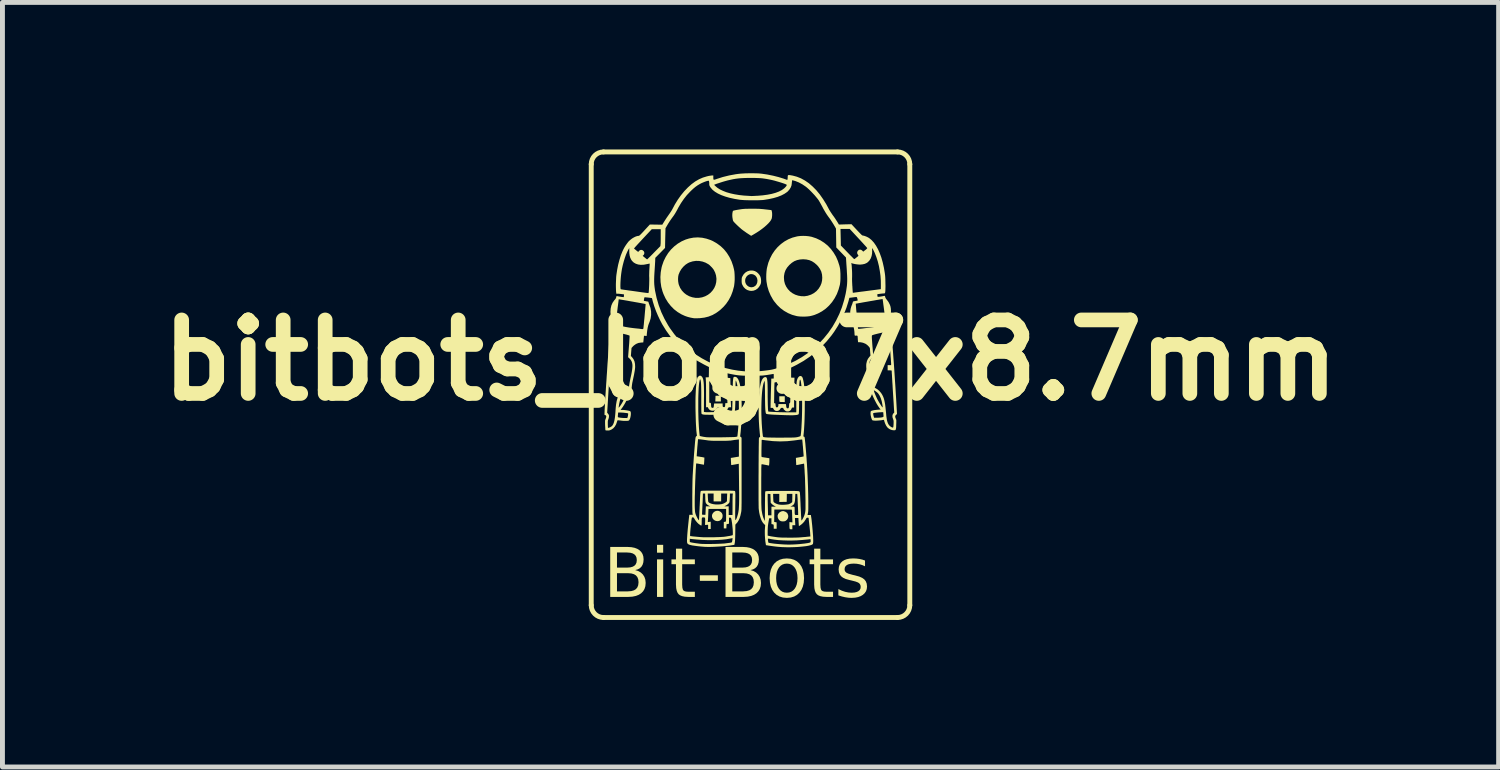
<source format=kicad_pcb>
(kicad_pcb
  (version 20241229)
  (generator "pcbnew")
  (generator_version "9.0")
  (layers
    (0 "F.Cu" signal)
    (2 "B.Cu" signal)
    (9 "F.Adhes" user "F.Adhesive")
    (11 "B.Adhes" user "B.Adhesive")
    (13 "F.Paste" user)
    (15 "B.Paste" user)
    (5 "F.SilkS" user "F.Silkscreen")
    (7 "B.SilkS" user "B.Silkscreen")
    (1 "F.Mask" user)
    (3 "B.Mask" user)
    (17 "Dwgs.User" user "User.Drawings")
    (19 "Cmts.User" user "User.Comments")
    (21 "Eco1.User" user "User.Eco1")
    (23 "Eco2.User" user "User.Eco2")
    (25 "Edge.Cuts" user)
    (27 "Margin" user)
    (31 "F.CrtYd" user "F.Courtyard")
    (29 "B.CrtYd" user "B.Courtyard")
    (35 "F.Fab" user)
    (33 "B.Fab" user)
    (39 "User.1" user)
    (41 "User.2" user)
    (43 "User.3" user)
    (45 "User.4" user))
  (footprint "bitbots_logo7x8.7mm"
    (layer "F.Cu")
    (at 12.264 4.3)
    (property "Reference" "bitbots_logo7x8.7mm" (at 0 0 0) (layer "F.SilkS") (effects (font (size 1.5 1.5) (thickness 0.3))))
    (attr board_only exclude_from_pos_files exclude_from_bom)
    (fp_line (start -3.25 5) (end -3.25 -4) (stroke (width 0.1) (type default)) (layer "F.SilkS"))
    (fp_line (start -3 -4.25) (end 3 -4.25) (stroke (width 0.1) (type default)) (layer "F.SilkS"))
    (fp_line (start -3 5.25) (end 3 5.25) (stroke (width 0.1) (type default)) (layer "F.SilkS"))
    (fp_line (start 3.25 -4) (end 3.25 5) (stroke (width 0.1) (type default)) (layer "F.SilkS"))
    (fp_arc (start -3.25 -4) (mid -3.176777 -4.176777) (end -3 -4.25) (stroke (width 0.1) (type default)) (layer "F.SilkS"))
    (fp_arc (start -3 5.25) (mid -3.176777 5.176777) (end -3.25 5) (stroke (width 0.1) (type default)) (layer "F.SilkS"))
    (fp_arc (start 3 -4.25) (mid 3.176777 -4.176777) (end 3.25 -4) (stroke (width 0.1) (type default)) (layer "F.SilkS"))
    (fp_arc (start 3.25 5) (mid 3.176777 5.176777) (end 3 5.25) (stroke (width 0.1) (type default)) (layer "F.SilkS"))
    (fp_poly (pts (xy -0.605 0.782) (xy -0.605 0.842) (xy -0.661 0.842) (xy -0.718 0.842) (xy -0.716 0.784) (xy -0.714 0.726) (xy -0.659 0.724) (xy -0.605 0.723)) (stroke (width 0) (type solid)) (fill yes) (layer "F.SilkS"))
    (fp_poly (pts (xy 0.699 0.794) (xy 0.699 0.854) (xy 0.651 0.853) (xy 0.627 0.853) (xy 0.608 0.851) (xy 0.596 0.85) (xy 0.594 0.85) (xy 0.59 0.843) (xy 0.588 0.828) (xy 0.587 0.801) (xy 0.587 0.791) (xy 0.587 0.735) (xy 0.643 0.735) (xy 0.699 0.735)) (stroke (width 0) (type solid)) (fill yes) (layer "F.SilkS"))
    (fp_poly (pts (xy -0.65 3.075) (xy -0.636 3.08) (xy -0.604 3.098) (xy -0.583 3.123) (xy -0.571 3.153) (xy -0.569 3.177) (xy -0.574 3.212) (xy -0.589 3.24) (xy -0.611 3.263) (xy -0.638 3.278) (xy -0.67 3.284) (xy -0.703 3.28) (xy -0.728 3.271) (xy -0.754 3.252) (xy -0.774 3.227) (xy -0.785 3.197) (xy -0.786 3.167) (xy -0.783 3.151) (xy -0.767 3.12) (xy -0.743 3.095) (xy -0.714 3.079) (xy -0.683 3.072)) (stroke (width 0) (type solid)) (fill yes) (layer "F.SilkS"))
    (fp_poly (pts (xy -0.614 0.462) (xy -0.582 0.482) (xy -0.56 0.509) (xy -0.548 0.542) (xy -0.545 0.567) (xy -0.55 0.602) (xy -0.565 0.631) (xy -0.583 0.65) (xy -0.614 0.671) (xy -0.648 0.68) (xy -0.684 0.679) (xy -0.708 0.671) (xy -0.739 0.651) (xy -0.761 0.626) (xy -0.775 0.597) (xy -0.779 0.566) (xy -0.775 0.535) (xy -0.762 0.506) (xy -0.74 0.481) (xy -0.716 0.466) (xy -0.68 0.453) (xy -0.646 0.452)) (stroke (width 0) (type solid)) (fill yes) (layer "F.SilkS"))
    (fp_poly (pts (xy 0.683 0.465) (xy 0.715 0.479) (xy 0.74 0.503) (xy 0.756 0.533) (xy 0.763 0.565) (xy 0.761 0.599) (xy 0.749 0.63) (xy 0.729 0.655) (xy 0.703 0.674) (xy 0.672 0.685) (xy 0.639 0.687) (xy 0.605 0.68) (xy 0.594 0.675) (xy 0.564 0.655) (xy 0.544 0.63) (xy 0.533 0.601) (xy 0.53 0.571) (xy 0.534 0.542) (xy 0.547 0.514) (xy 0.566 0.49) (xy 0.592 0.472) (xy 0.624 0.462) (xy 0.646 0.46)) (stroke (width 0) (type solid)) (fill yes) (layer "F.SilkS"))
    (fp_poly (pts (xy 0.678 3.08) (xy 0.714 3.093) (xy 0.742 3.113) (xy 0.756 3.132) (xy 0.768 3.164) (xy 0.77 3.197) (xy 0.761 3.228) (xy 0.743 3.256) (xy 0.716 3.278) (xy 0.71 3.281) (xy 0.691 3.287) (xy 0.666 3.289) (xy 0.639 3.288) (xy 0.617 3.283) (xy 0.613 3.282) (xy 0.587 3.264) (xy 0.568 3.239) (xy 0.556 3.208) (xy 0.553 3.175) (xy 0.554 3.167) (xy 0.564 3.139) (xy 0.582 3.114) (xy 0.607 3.095) (xy 0.636 3.082) (xy 0.665 3.078)) (stroke (width 0) (type solid)) (fill yes) (layer "F.SilkS"))
    (fp_poly (pts (xy 0.088 -3.091) (xy 0.135 -3.09) (xy 0.176 -3.089) (xy 0.215 -3.086) (xy 0.254 -3.083) (xy 0.297 -3.078) (xy 0.307 -3.077) (xy 0.427 -3.063) (xy 0.434 -3.041) (xy 0.439 -3.018) (xy 0.441 -2.988) (xy 0.441 -2.954) (xy 0.438 -2.921) (xy 0.433 -2.892) (xy 0.431 -2.887) (xy 0.418 -2.86) (xy 0.396 -2.828) (xy 0.365 -2.793) (xy 0.327 -2.756) (xy 0.283 -2.717) (xy 0.233 -2.678) (xy 0.179 -2.639) (xy 0.122 -2.602) (xy 0.064 -2.567) (xy 0.055 -2.562) (xy 0.013 -2.538) (xy -0.05 -2.579) (xy -0.081 -2.599) (xy -0.113 -2.622) (xy -0.143 -2.643) (xy -0.162 -2.657) (xy -0.184 -2.674) (xy -0.209 -2.696) (xy -0.237 -2.721) (xy -0.265 -2.747) (xy -0.292 -2.773) (xy -0.316 -2.797) (xy -0.335 -2.817) (xy -0.348 -2.833) (xy -0.353 -2.839) (xy -0.36 -2.859) (xy -0.365 -2.888) (xy -0.37 -2.92) (xy -0.372 -2.954) (xy -0.371 -2.985) (xy -0.369 -3.003) (xy -0.365 -3.024) (xy -0.361 -3.04) (xy -0.357 -3.048) (xy -0.349 -3.051) (xy -0.331 -3.056) (xy -0.305 -3.062) (xy -0.273 -3.068) (xy -0.236 -3.074) (xy -0.198 -3.08) (xy -0.178 -3.083) (xy -0.149 -3.086) (xy -0.109 -3.089) (xy -0.06 -3.09) (xy -0.003 -3.091) (xy 0.033 -3.091)) (stroke (width 0) (type solid)) (fill yes) (layer "F.SilkS"))
    (fp_poly (pts (xy 0.051 -1.829) (xy 0.09 -1.818) (xy 0.126 -1.798) (xy 0.155 -1.773) (xy 0.184 -1.738) (xy 0.203 -1.702) (xy 0.213 -1.661) (xy 0.216 -1.621) (xy 0.215 -1.595) (xy 0.213 -1.575) (xy 0.207 -1.556) (xy 0.198 -1.535) (xy 0.171 -1.492) (xy 0.138 -1.457) (xy 0.1 -1.433) (xy 0.057 -1.418) (xy 0.012 -1.414) (xy -0.024 -1.419) (xy -0.07 -1.434) (xy -0.109 -1.46) (xy -0.142 -1.495) (xy -0.165 -1.535) (xy -0.173 -1.553) (xy -0.178 -1.57) (xy -0.18 -1.59) (xy -0.181 -1.616) (xy -0.181 -1.616) (xy -0.11 -1.616) (xy -0.104 -1.581) (xy -0.09 -1.55) (xy -0.068 -1.524) (xy -0.041 -1.504) (xy -0.01 -1.492) (xy 0.023 -1.488) (xy 0.058 -1.495) (xy 0.068 -1.499) (xy 0.1 -1.519) (xy 0.123 -1.548) (xy 0.137 -1.583) (xy 0.142 -1.623) (xy 0.137 -1.662) (xy 0.122 -1.697) (xy 0.099 -1.726) (xy 0.068 -1.746) (xy 0.041 -1.755) (xy 0.006 -1.758) (xy -0.028 -1.749) (xy -0.058 -1.731) (xy -0.083 -1.705) (xy -0.101 -1.672) (xy -0.107 -1.654) (xy -0.11 -1.616) (xy -0.181 -1.616) (xy -0.181 -1.624) (xy -0.18 -1.652) (xy -0.179 -1.673) (xy -0.175 -1.689) (xy -0.168 -1.706) (xy -0.164 -1.714) (xy -0.137 -1.757) (xy -0.103 -1.79) (xy -0.063 -1.814) (xy -0.018 -1.828) (xy 0.006 -1.83)) (stroke (width 0) (type solid)) (fill yes) (layer "F.SilkS"))
    (fp_poly (pts (xy -0.986 -2.499) (xy -0.898 -2.48) (xy -0.812 -2.451) (xy -0.768 -2.431) (xy -0.685 -2.383) (xy -0.609 -2.327) (xy -0.541 -2.262) (xy -0.482 -2.189) (xy -0.431 -2.108) (xy -0.388 -2.019) (xy -0.355 -1.924) (xy -0.337 -1.853) (xy -0.329 -1.808) (xy -0.325 -1.755) (xy -0.323 -1.697) (xy -0.323 -1.638) (xy -0.327 -1.582) (xy -0.333 -1.531) (xy -0.337 -1.506) (xy -0.364 -1.406) (xy -0.399 -1.314) (xy -0.444 -1.229) (xy -0.498 -1.15) (xy -0.551 -1.089) (xy -0.621 -1.023) (xy -0.696 -0.968) (xy -0.774 -0.923) (xy -0.857 -0.89) (xy -0.943 -0.869) (xy -1.034 -0.858) (xy -1.058 -0.857) (xy -1.09 -0.856) (xy -1.119 -0.856) (xy -1.142 -0.856) (xy -1.157 -0.857) (xy -1.159 -0.857) (xy -1.224 -0.869) (xy -1.282 -0.884) (xy -1.337 -0.903) (xy -1.392 -0.928) (xy -1.411 -0.937) (xy -1.489 -0.984) (xy -1.561 -1.04) (xy -1.626 -1.106) (xy -1.684 -1.179) (xy -1.734 -1.26) (xy -1.775 -1.348) (xy -1.796 -1.405) (xy -1.821 -1.498) (xy -1.835 -1.596) (xy -1.837 -1.656) (xy -1.479 -1.656) (xy -1.476 -1.606) (xy -1.468 -1.559) (xy -1.462 -1.538) (xy -1.436 -1.476) (xy -1.4 -1.421) (xy -1.355 -1.373) (xy -1.313 -1.34) (xy -1.252 -1.306) (xy -1.188 -1.284) (xy -1.121 -1.272) (xy -1.054 -1.272) (xy -0.987 -1.283) (xy -0.924 -1.305) (xy -0.867 -1.336) (xy -0.817 -1.375) (xy -0.775 -1.421) (xy -0.74 -1.473) (xy -0.715 -1.53) (xy -0.7 -1.591) (xy -0.695 -1.654) (xy -0.696 -1.672) (xy -0.704 -1.731) (xy -0.722 -1.788) (xy -0.747 -1.839) (xy -0.748 -1.841) (xy -0.764 -1.864) (xy -0.786 -1.891) (xy -0.812 -1.917) (xy -0.836 -1.941) (xy -0.857 -1.957) (xy -0.916 -1.99) (xy -0.98 -2.013) (xy -1.046 -2.025) (xy -1.113 -2.027) (xy -1.18 -2.017) (xy -1.244 -1.997) (xy -1.276 -1.982) (xy -1.325 -1.95) (xy -1.37 -1.909) (xy -1.41 -1.861) (xy -1.442 -1.808) (xy -1.465 -1.753) (xy -1.468 -1.746) (xy -1.476 -1.704) (xy -1.479 -1.656) (xy -1.837 -1.656) (xy -1.839 -1.695) (xy -1.832 -1.794) (xy -1.815 -1.89) (xy -1.805 -1.928) (xy -1.773 -2.02) (xy -1.731 -2.106) (xy -1.681 -2.186) (xy -1.623 -2.258) (xy -1.557 -2.322) (xy -1.485 -2.378) (xy -1.407 -2.425) (xy -1.324 -2.462) (xy -1.253 -2.484) (xy -1.164 -2.501) (xy -1.075 -2.506)) (stroke (width 0) (type solid)) (fill yes) (layer "F.SilkS"))
    (fp_poly (pts (xy 1.134 -2.535) (xy 1.191 -2.529) (xy 1.242 -2.519) (xy 1.251 -2.517) (xy 1.341 -2.487) (xy 1.425 -2.447) (xy 1.503 -2.397) (xy 1.575 -2.339) (xy 1.639 -2.271) (xy 1.695 -2.196) (xy 1.744 -2.114) (xy 1.783 -2.024) (xy 1.814 -1.928) (xy 1.824 -1.885) (xy 1.829 -1.853) (xy 1.832 -1.812) (xy 1.835 -1.765) (xy 1.835 -1.715) (xy 1.835 -1.665) (xy 1.833 -1.618) (xy 1.829 -1.576) (xy 1.824 -1.543) (xy 1.824 -1.541) (xy 1.797 -1.443) (xy 1.762 -1.35) (xy 1.717 -1.265) (xy 1.664 -1.186) (xy 1.603 -1.115) (xy 1.535 -1.052) (xy 1.459 -0.998) (xy 1.378 -0.954) (xy 1.308 -0.925) (xy 1.276 -0.915) (xy 1.242 -0.906) (xy 1.21 -0.899) (xy 1.205 -0.898) (xy 1.161 -0.893) (xy 1.111 -0.89) (xy 1.059 -0.89) (xy 1.007 -0.892) (xy 0.961 -0.897) (xy 0.94 -0.901) (xy 0.849 -0.926) (xy 0.764 -0.962) (xy 0.684 -1.008) (xy 0.61 -1.063) (xy 0.542 -1.129) (xy 0.481 -1.204) (xy 0.459 -1.236) (xy 0.411 -1.321) (xy 0.372 -1.412) (xy 0.343 -1.508) (xy 0.326 -1.604) (xy 0.322 -1.649) (xy 0.321 -1.684) (xy 0.682 -1.684) (xy 0.687 -1.617) (xy 0.703 -1.555) (xy 0.73 -1.498) (xy 0.762 -1.451) (xy 0.805 -1.405) (xy 0.856 -1.367) (xy 0.913 -1.337) (xy 0.974 -1.317) (xy 1.038 -1.306) (xy 1.103 -1.305) (xy 1.166 -1.315) (xy 1.169 -1.316) (xy 1.235 -1.338) (xy 1.295 -1.37) (xy 1.347 -1.411) (xy 1.391 -1.461) (xy 1.426 -1.518) (xy 1.426 -1.519) (xy 1.448 -1.572) (xy 1.46 -1.627) (xy 1.464 -1.684) (xy 1.459 -1.748) (xy 1.444 -1.808) (xy 1.417 -1.863) (xy 1.38 -1.915) (xy 1.355 -1.942) (xy 1.305 -1.986) (xy 1.254 -2.019) (xy 1.199 -2.042) (xy 1.14 -2.055) (xy 1.074 -2.06) (xy 1.073 -2.06) (xy 1.007 -2.055) (xy 0.948 -2.042) (xy 0.893 -2.02) (xy 0.842 -1.987) (xy 0.792 -1.943) (xy 0.791 -1.942) (xy 0.747 -1.891) (xy 0.715 -1.838) (xy 0.694 -1.781) (xy 0.683 -1.719) (xy 0.682 -1.684) (xy 0.321 -1.684) (xy 0.321 -1.702) (xy 0.322 -1.758) (xy 0.326 -1.813) (xy 0.332 -1.863) (xy 0.338 -1.892) (xy 0.363 -1.988) (xy 0.399 -2.078) (xy 0.442 -2.162) (xy 0.495 -2.24) (xy 0.554 -2.309) (xy 0.621 -2.371) (xy 0.694 -2.424) (xy 0.773 -2.468) (xy 0.857 -2.502) (xy 0.945 -2.525) (xy 0.965 -2.529) (xy 1.017 -2.535) (xy 1.075 -2.537)) (stroke (width 0) (type solid)) (fill yes) (layer "F.SilkS"))
    (fp_poly (pts (xy -1.009 0.321) (xy -0.996 0.332) (xy -0.986 0.344) (xy -0.978 0.358) (xy -0.971 0.375) (xy -0.964 0.397) (xy -0.96 0.424) (xy -0.956 0.456) (xy -0.953 0.496) (xy -0.951 0.543) (xy -0.95 0.599) (xy -0.949 0.664) (xy -0.949 0.74) (xy -0.95 0.79) (xy -0.951 1.055) (xy -0.925 1.059) (xy -0.909 1.06) (xy -0.883 1.061) (xy -0.85 1.061) (xy -0.811 1.06) (xy -0.766 1.059) (xy -0.719 1.058) (xy -0.669 1.056) (xy -0.619 1.054) (xy -0.57 1.052) (xy -0.523 1.05) (xy -0.48 1.047) (xy -0.443 1.045) (xy -0.413 1.042) (xy -0.391 1.04) (xy -0.378 1.037) (xy -0.376 1.036) (xy -0.375 1.029) (xy -0.374 1.011) (xy -0.372 0.982) (xy -0.371 0.943) (xy -0.37 0.894) (xy -0.368 0.837) (xy -0.367 0.771) (xy -0.367 0.73) (xy -0.366 0.653) (xy -0.364 0.586) (xy -0.363 0.529) (xy -0.361 0.482) (xy -0.36 0.443) (xy -0.357 0.412) (xy -0.355 0.388) (xy -0.352 0.37) (xy -0.349 0.357) (xy -0.345 0.348) (xy -0.343 0.345) (xy -0.333 0.34) (xy -0.317 0.338) (xy -0.316 0.338) (xy -0.292 0.344) (xy -0.271 0.361) (xy -0.251 0.39) (xy -0.234 0.43) (xy -0.219 0.481) (xy -0.207 0.544) (xy -0.197 0.617) (xy -0.196 0.624) (xy -0.189 0.7) (xy -0.184 0.786) (xy -0.181 0.879) (xy -0.18 0.977) (xy -0.181 1.078) (xy -0.183 1.179) (xy -0.187 1.278) (xy -0.194 1.373) (xy -0.201 1.461) (xy -0.204 1.487) (xy -0.212 1.555) (xy -0.198 1.567) (xy -0.183 1.58) (xy -0.182 2.315) (xy -0.182 2.424) (xy -0.182 2.522) (xy -0.182 2.609) (xy -0.182 2.687) (xy -0.182 2.755) (xy -0.182 2.815) (xy -0.182 2.866) (xy -0.182 2.911) (xy -0.183 2.949) (xy -0.183 2.981) (xy -0.184 3.008) (xy -0.184 3.031) (xy -0.185 3.049) (xy -0.186 3.064) (xy -0.187 3.077) (xy -0.189 3.088) (xy -0.19 3.097) (xy -0.192 3.106) (xy -0.206 3.171) (xy -0.223 3.225) (xy -0.244 3.271) (xy -0.267 3.308) (xy -0.283 3.326) (xy -0.309 3.355) (xy -0.311 3.519) (xy -0.312 3.583) (xy -0.314 3.637) (xy -0.316 3.679) (xy -0.319 3.71) (xy -0.321 3.725) (xy -0.329 3.767) (xy -0.373 3.774) (xy -0.431 3.783) (xy -0.497 3.79) (xy -0.568 3.797) (xy -0.642 3.802) (xy -0.715 3.806) (xy -0.786 3.809) (xy -0.852 3.81) (xy -0.91 3.809) (xy -0.931 3.808) (xy -0.972 3.805) (xy -1.018 3.801) (xy -1.066 3.796) (xy -1.113 3.79) (xy -1.155 3.784) (xy -1.19 3.779) (xy -1.203 3.776) (xy -1.238 3.768) (xy -1.262 3.759) (xy -1.279 3.748) (xy -1.289 3.735) (xy -1.294 3.719) (xy -1.294 3.71) (xy -1.239 3.71) (xy -1.217 3.716) (xy -1.196 3.721) (xy -1.166 3.726) (xy -1.131 3.732) (xy -1.093 3.737) (xy -1.055 3.742) (xy -1.023 3.746) (xy -0.996 3.748) (xy -0.961 3.749) (xy -0.917 3.75) (xy -0.868 3.75) (xy -0.815 3.75) (xy -0.76 3.749) (xy -0.706 3.748) (xy -0.654 3.746) (xy -0.607 3.744) (xy -0.566 3.742) (xy -0.534 3.74) (xy -0.519 3.738) (xy -0.488 3.734) (xy -0.457 3.73) (xy -0.432 3.727) (xy -0.419 3.725) (xy -0.4 3.722) (xy -0.385 3.717) (xy -0.38 3.714) (xy -0.377 3.705) (xy -0.373 3.688) (xy -0.37 3.669) (xy -0.366 3.63) (xy -0.419 3.64) (xy -0.494 3.653) (xy -0.579 3.662) (xy -0.672 3.668) (xy -0.772 3.671) (xy -0.876 3.671) (xy -0.983 3.667) (xy -1.091 3.659) (xy -1.199 3.649) (xy -1.205 3.648) (xy -1.239 3.644) (xy -1.239 3.677) (xy -1.239 3.71) (xy -1.294 3.71) (xy -1.296 3.699) (xy -1.296 3.667) (xy -1.294 3.625) (xy -1.291 3.577) (xy -1.233 3.577) (xy -1.232 3.586) (xy -1.232 3.587) (xy -1.224 3.589) (xy -1.205 3.591) (xy -1.178 3.595) (xy -1.143 3.598) (xy -1.102 3.602) (xy -1.057 3.606) (xy -1.008 3.61) (xy -1.005 3.61) (xy -0.974 3.612) (xy -0.935 3.613) (xy -0.889 3.613) (xy -0.838 3.613) (xy -0.784 3.613) (xy -0.73 3.612) (xy -0.678 3.61) (xy -0.629 3.609) (xy -0.587 3.606) (xy -0.552 3.604) (xy -0.531 3.602) (xy -0.497 3.597) (xy -0.463 3.591) (xy -0.431 3.586) (xy -0.403 3.58) (xy -0.381 3.575) (xy -0.367 3.571) (xy -0.365 3.57) (xy -0.362 3.562) (xy -0.361 3.544) (xy -0.361 3.518) (xy -0.362 3.486) (xy -0.364 3.449) (xy -0.368 3.41) (xy -0.372 3.37) (xy -0.376 3.33) (xy -0.382 3.293) (xy -0.387 3.261) (xy -0.392 3.238) (xy -0.397 3.222) (xy -0.403 3.215) (xy -0.413 3.213) (xy -0.419 3.213) (xy -0.439 3.213) (xy -0.439 3.274) (xy -0.439 3.336) (xy -0.464 3.341) (xy -0.489 3.346) (xy -0.491 3.389) (xy -0.493 3.432) (xy -0.519 3.432) (xy -0.545 3.432) (xy -0.545 3.367) (xy -0.545 3.302) (xy -0.529 3.298) (xy -0.514 3.295) (xy -0.505 3.293) (xy -0.503 3.289) (xy -0.501 3.279) (xy -0.499 3.261) (xy -0.498 3.234) (xy -0.498 3.198) (xy -0.498 3.163) (xy -0.498 3.035) (xy -0.678 3.035) (xy -0.858 3.035) (xy -0.862 3.128) (xy -0.863 3.164) (xy -0.865 3.2) (xy -0.867 3.231) (xy -0.868 3.256) (xy -0.869 3.263) (xy -0.872 3.303) (xy -0.842 3.299) (xy -0.812 3.295) (xy -0.812 3.37) (xy -0.812 3.444) (xy -0.839 3.444) (xy -0.865 3.444) (xy -0.865 3.401) (xy -0.865 3.357) (xy -0.897 3.36) (xy -0.928 3.362) (xy -0.926 3.29) (xy -0.925 3.257) (xy -0.926 3.234) (xy -0.928 3.22) (xy -0.934 3.212) (xy -0.943 3.208) (xy -0.957 3.207) (xy -0.964 3.207) (xy -0.976 3.208) (xy -0.985 3.21) (xy -0.991 3.218) (xy -0.994 3.231) (xy -0.995 3.252) (xy -0.996 3.282) (xy -0.996 3.293) (xy -0.996 3.32) (xy -0.997 3.343) (xy -0.999 3.36) (xy -0.999 3.365) (xy -1.002 3.372) (xy -1.006 3.374) (xy -1.014 3.371) (xy -1.029 3.362) (xy -1.032 3.36) (xy -1.061 3.339) (xy -1.09 3.31) (xy -1.118 3.277) (xy -1.139 3.245) (xy -1.141 3.241) (xy -1.152 3.222) (xy -1.16 3.212) (xy -1.168 3.208) (xy -1.178 3.207) (xy -1.185 3.207) (xy -1.191 3.208) (xy -1.195 3.212) (xy -1.198 3.22) (xy -1.201 3.234) (xy -1.204 3.255) (xy -1.208 3.285) (xy -1.212 3.325) (xy -1.213 3.325) (xy -1.219 3.387) (xy -1.225 3.441) (xy -1.229 3.489) (xy -1.232 3.528) (xy -1.233 3.557) (xy -1.233 3.577) (xy -1.291 3.577) (xy -1.291 3.573) (xy -1.286 3.512) (xy -1.28 3.442) (xy -1.272 3.364) (xy -1.263 3.279) (xy -1.262 3.268) (xy -1.249 3.154) (xy -1.213 3.154) (xy -1.178 3.154) (xy -1.183 3.131) (xy -1.185 3.12) (xy -1.186 3.097) (xy -1.187 3.065) (xy -1.187 3.026) (xy -1.188 2.979) (xy -1.188 2.927) (xy -1.188 2.913) (xy -1.138 2.913) (xy -1.138 2.969) (xy -1.137 3.014) (xy -1.135 3.051) (xy -1.133 3.082) (xy -1.129 3.109) (xy -1.123 3.132) (xy -1.115 3.155) (xy -1.105 3.179) (xy -1.096 3.197) (xy -1.085 3.219) (xy -1.074 3.239) (xy -1.063 3.255) (xy -1.055 3.264) (xy -1.052 3.265) (xy -1.051 3.259) (xy -1.05 3.242) (xy -1.049 3.216) (xy -1.047 3.181) (xy -1.045 3.146) (xy -0.99 3.146) (xy -0.985 3.151) (xy -0.97 3.153) (xy -0.955 3.154) (xy -0.92 3.154) (xy -0.916 3.068) (xy -0.911 2.982) (xy -0.536 2.982) (xy -0.49 2.982) (xy -0.445 2.982) (xy -0.445 3.071) (xy -0.445 3.159) (xy -0.406 3.159) (xy -0.368 3.159) (xy -0.367 2.971) (xy -0.367 2.924) (xy -0.367 2.878) (xy -0.366 2.837) (xy -0.366 2.802) (xy -0.365 2.775) (xy -0.364 2.756) (xy -0.364 2.752) (xy -0.36 2.721) (xy -0.39 2.721) (xy -0.421 2.721) (xy -0.421 2.758) (xy -0.421 2.782) (xy -0.423 2.813) (xy -0.424 2.843) (xy -0.425 2.85) (xy -0.427 2.876) (xy -0.429 2.894) (xy -0.433 2.906) (xy -0.44 2.915) (xy -0.45 2.926) (xy -0.452 2.928) (xy -0.471 2.945) (xy -0.495 2.961) (xy -0.505 2.966) (xy -0.536 2.982) (xy -0.911 2.982) (xy -0.866 2.981) (xy -0.821 2.981) (xy -0.841 2.972) (xy -0.871 2.956) (xy -0.896 2.935) (xy -0.911 2.915) (xy -0.915 2.903) (xy -0.919 2.885) (xy -0.921 2.861) (xy -0.923 2.826) (xy -0.923 2.808) (xy -0.926 2.721) (xy -0.873 2.721) (xy -0.87 2.8) (xy -0.868 2.831) (xy -0.866 2.858) (xy -0.863 2.878) (xy -0.861 2.89) (xy -0.86 2.892) (xy -0.846 2.907) (xy -0.822 2.919) (xy -0.791 2.93) (xy -0.754 2.938) (xy -0.713 2.943) (xy -0.671 2.944) (xy -0.63 2.942) (xy -0.591 2.937) (xy -0.559 2.928) (xy -0.536 2.918) (xy -0.514 2.906) (xy -0.502 2.897) (xy -0.481 2.878) (xy -0.479 2.799) (xy -0.476 2.721) (xy -0.537 2.721) (xy -0.599 2.721) (xy -0.599 2.801) (xy -0.599 2.881) (xy -0.676 2.881) (xy -0.753 2.881) (xy -0.753 2.801) (xy -0.753 2.721) (xy -0.813 2.721) (xy -0.873 2.721) (xy -0.926 2.721) (xy -0.949 2.721) (xy -0.972 2.721) (xy -0.972 2.755) (xy -0.973 2.77) (xy -0.973 2.794) (xy -0.975 2.827) (xy -0.976 2.866) (xy -0.978 2.91) (xy -0.981 2.956) (xy -0.981 2.964) (xy -0.983 3.008) (xy -0.985 3.049) (xy -0.987 3.085) (xy -0.988 3.114) (xy -0.989 3.134) (xy -0.99 3.145) (xy -0.99 3.146) (xy -1.045 3.146) (xy -1.045 3.139) (xy -1.043 3.091) (xy -1.04 3.037) (xy -1.038 2.98) (xy -1.037 2.973) (xy -1.034 2.905) (xy -1.031 2.848) (xy -1.029 2.801) (xy -1.027 2.762) (xy -1.025 2.732) (xy -1.023 2.71) (xy -1.021 2.693) (xy -1.019 2.682) (xy -1.017 2.675) (xy -1.015 2.672) (xy -1.012 2.67) (xy -1.008 2.668) (xy -1.002 2.666) (xy -0.992 2.665) (xy -0.977 2.664) (xy -0.958 2.663) (xy -0.932 2.663) (xy -0.899 2.662) (xy -0.858 2.662) (xy -0.808 2.662) (xy -0.748 2.662) (xy -0.678 2.662) (xy -0.667 2.662) (xy -0.595 2.662) (xy -0.534 2.662) (xy -0.483 2.662) (xy -0.441 2.662) (xy -0.407 2.662) (xy -0.38 2.663) (xy -0.36 2.664) (xy -0.345 2.665) (xy -0.334 2.666) (xy -0.327 2.667) (xy -0.322 2.669) (xy -0.319 2.671) (xy -0.318 2.673) (xy -0.315 2.676) (xy -0.313 2.681) (xy -0.312 2.688) (xy -0.311 2.699) (xy -0.31 2.715) (xy -0.309 2.736) (xy -0.309 2.764) (xy -0.309 2.799) (xy -0.31 2.844) (xy -0.31 2.898) (xy -0.311 2.962) (xy -0.312 3.037) (xy -0.313 3.101) (xy -0.313 3.155) (xy -0.313 3.197) (xy -0.312 3.228) (xy -0.311 3.247) (xy -0.309 3.254) (xy -0.306 3.262) (xy -0.303 3.263) (xy -0.298 3.256) (xy -0.29 3.24) (xy -0.288 3.235) (xy -0.279 3.214) (xy -0.27 3.186) (xy -0.261 3.156) (xy -0.258 3.145) (xy -0.252 3.122) (xy -0.248 3.099) (xy -0.244 3.074) (xy -0.24 3.047) (xy -0.238 3.016) (xy -0.236 2.981) (xy -0.234 2.941) (xy -0.233 2.895) (xy -0.232 2.841) (xy -0.232 2.78) (xy -0.232 2.71) (xy -0.233 2.63) (xy -0.234 2.539) (xy -0.234 2.513) (xy -0.239 2.113) (xy -0.315 2.127) (xy -0.343 2.132) (xy -0.367 2.136) (xy -0.385 2.139) (xy -0.393 2.139) (xy -0.393 2.139) (xy -0.394 2.133) (xy -0.396 2.117) (xy -0.397 2.094) (xy -0.399 2.066) (xy -0.399 2.065) (xy -0.402 1.994) (xy -0.357 1.987) (xy -0.328 1.982) (xy -0.298 1.977) (xy -0.274 1.973) (xy -0.237 1.967) (xy -0.237 1.792) (xy -0.237 1.617) (xy -0.271 1.62) (xy -0.292 1.623) (xy -0.32 1.626) (xy -0.351 1.631) (xy -0.368 1.634) (xy -0.388 1.637) (xy -0.41 1.64) (xy -0.435 1.641) (xy -0.464 1.643) (xy -0.5 1.644) (xy -0.544 1.644) (xy -0.597 1.645) (xy -0.622 1.645) (xy -0.678 1.645) (xy -0.724 1.644) (xy -0.761 1.644) (xy -0.792 1.643) (xy -0.819 1.641) (xy -0.843 1.639) (xy -0.866 1.637) (xy -0.89 1.633) (xy -0.898 1.632) (xy -0.933 1.627) (xy -0.968 1.622) (xy -1 1.618) (xy -1.024 1.615) (xy -1.026 1.615) (xy -1.071 1.611) (xy -1.081 1.729) (xy -1.085 1.769) (xy -1.088 1.811) (xy -1.091 1.849) (xy -1.093 1.881) (xy -1.095 1.903) (xy -1.098 1.96) (xy -1.049 1.967) (xy -1.021 1.972) (xy -0.994 1.976) (xy -0.972 1.98) (xy -0.97 1.981) (xy -0.941 1.987) (xy -0.944 2.058) (xy -0.946 2.086) (xy -0.948 2.109) (xy -0.949 2.125) (xy -0.95 2.132) (xy -0.95 2.132) (xy -0.956 2.131) (xy -0.972 2.129) (xy -0.995 2.125) (xy -1.023 2.12) (xy -1.028 2.119) (xy -1.056 2.113) (xy -1.08 2.109) (xy -1.098 2.107) (xy -1.106 2.106) (xy -1.107 2.106) (xy -1.109 2.114) (xy -1.111 2.132) (xy -1.113 2.16) (xy -1.115 2.196) (xy -1.118 2.24) (xy -1.12 2.29) (xy -1.123 2.345) (xy -1.125 2.404) (xy -1.128 2.466) (xy -1.13 2.53) (xy -1.132 2.594) (xy -1.134 2.658) (xy -1.135 2.721) (xy -1.137 2.78) (xy -1.138 2.836) (xy -1.138 2.887) (xy -1.138 2.913) (xy -1.188 2.913) (xy -1.188 2.871) (xy -1.188 2.812) (xy -1.188 2.751) (xy -1.187 2.689) (xy -1.187 2.628) (xy -1.186 2.57) (xy -1.185 2.515) (xy -1.184 2.464) (xy -1.183 2.419) (xy -1.181 2.382) (xy -1.181 2.368) (xy -1.175 2.27) (xy -1.169 2.166) (xy -1.162 2.06) (xy -1.155 1.954) (xy -1.147 1.852) (xy -1.139 1.758) (xy -1.136 1.72) (xy -1.132 1.671) (xy -1.128 1.633) (xy -1.125 1.605) (xy -1.122 1.583) (xy -1.118 1.569) (xy -1.114 1.559) (xy -1.109 1.553) (xy -1.103 1.549) (xy -1.096 1.546) (xy -1.095 1.54) (xy -1.095 1.525) (xy -1.097 1.512) (xy -1.101 1.477) (xy -1.106 1.431) (xy -1.109 1.377) (xy -1.113 1.316) (xy -1.116 1.25) (xy -1.118 1.179) (xy -1.12 1.105) (xy -1.122 1.031) (xy -1.123 0.957) (xy -1.123 0.886) (xy -1.123 0.866) (xy -1.066 0.866) (xy -1.066 0.95) (xy -1.066 1.035) (xy -1.064 1.119) (xy -1.062 1.202) (xy -1.058 1.28) (xy -1.054 1.354) (xy -1.049 1.421) (xy -1.044 1.479) (xy -1.043 1.489) (xy -1.036 1.546) (xy -0.994 1.556) (xy -0.965 1.562) (xy -0.932 1.567) (xy -0.904 1.571) (xy -0.886 1.572) (xy -0.859 1.573) (xy -0.823 1.574) (xy -0.78 1.574) (xy -0.732 1.574) (xy -0.681 1.574) (xy -0.627 1.573) (xy -0.573 1.573) (xy -0.519 1.572) (xy -0.469 1.571) (xy -0.422 1.57) (xy -0.381 1.569) (xy -0.347 1.568) (xy -0.321 1.567) (xy -0.306 1.565) (xy -0.306 1.565) (xy -0.287 1.562) (xy -0.274 1.559) (xy -0.27 1.558) (xy -0.268 1.551) (xy -0.266 1.534) (xy -0.263 1.509) (xy -0.26 1.478) (xy -0.256 1.443) (xy -0.253 1.404) (xy -0.25 1.365) (xy -0.247 1.327) (xy -0.244 1.292) (xy -0.243 1.274) (xy -0.241 1.233) (xy -0.239 1.182) (xy -0.238 1.125) (xy -0.238 1.064) (xy -0.237 1.002) (xy -0.238 0.939) (xy -0.238 0.879) (xy -0.239 0.824) (xy -0.241 0.775) (xy -0.242 0.736) (xy -0.243 0.726) (xy -0.25 0.643) (xy -0.259 0.57) (xy -0.27 0.509) (xy -0.282 0.459) (xy -0.292 0.43) (xy -0.299 0.412) (xy -0.303 0.43) (xy -0.304 0.44) (xy -0.305 0.46) (xy -0.306 0.489) (xy -0.306 0.526) (xy -0.307 0.569) (xy -0.307 0.617) (xy -0.308 0.668) (xy -0.308 0.673) (xy -0.308 0.759) (xy -0.309 0.835) (xy -0.311 0.899) (xy -0.313 0.954) (xy -0.316 0.998) (xy -0.32 1.033) (xy -0.324 1.06) (xy -0.329 1.078) (xy -0.334 1.088) (xy -0.337 1.09) (xy -0.347 1.093) (xy -0.367 1.095) (xy -0.395 1.097) (xy -0.431 1.1) (xy -0.473 1.103) (xy -0.52 1.105) (xy -0.569 1.107) (xy -0.619 1.109) (xy -0.669 1.111) (xy -0.717 1.112) (xy -0.763 1.113) (xy -0.803 1.114) (xy -0.819 1.114) (xy -0.866 1.113) (xy -0.902 1.113) (xy -0.93 1.112) (xy -0.951 1.11) (xy -0.967 1.108) (xy -0.978 1.105) (xy -0.988 1.101) (xy -0.993 1.099) (xy -0.996 1.097) (xy -0.998 1.094) (xy -1 1.089) (xy -1.001 1.081) (xy -1.002 1.07) (xy -1.003 1.053) (xy -1.004 1.031) (xy -1.004 1.002) (xy -1.004 0.965) (xy -1.005 0.92) (xy -1.005 0.864) (xy -1.005 0.798) (xy -1.005 0.787) (xy -1.005 0.71) (xy -1.005 0.644) (xy -1.006 0.588) (xy -1.007 0.541) (xy -1.008 0.503) (xy -1.01 0.471) (xy -1.012 0.446) (xy -1.015 0.426) (xy -1.018 0.411) (xy -1.022 0.399) (xy -1.025 0.392) (xy -1.03 0.39) (xy -1.035 0.4) (xy -1.04 0.421) (xy -1.046 0.451) (xy -1.049 0.471) (xy -1.054 0.517) (xy -1.058 0.572) (xy -1.061 0.636) (xy -1.064 0.708) (xy -1.066 0.785) (xy -1.066 0.866) (xy -1.123 0.866) (xy -1.123 0.818) (xy -1.122 0.755) (xy -1.121 0.725) (xy -1.118 0.654) (xy -1.115 0.593) (xy -1.111 0.542) (xy -1.107 0.497) (xy -1.103 0.459) (xy -1.098 0.425) (xy -1.093 0.401) (xy -1.089 0.381) (xy -1.086 0.366) (xy -1.085 0.359) (xy -1.085 0.358) (xy -1.081 0.353) (xy -1.072 0.342) (xy -1.066 0.335) (xy -1.047 0.319) (xy -1.029 0.314)) (stroke (width 0) (type solid)) (fill yes) (layer "F.SilkS"))
    (fp_poly (pts (xy 1.043 0.33) (xy 1.055 0.344) (xy 1.064 0.361) (xy 1.072 0.389) (xy 1.08 0.425) (xy 1.088 0.467) (xy 1.094 0.515) (xy 1.097 0.536) (xy 1.1 0.585) (xy 1.103 0.644) (xy 1.106 0.711) (xy 1.107 0.785) (xy 1.108 0.864) (xy 1.107 0.946) (xy 1.107 1.03) (xy 1.105 1.114) (xy 1.103 1.196) (xy 1.1 1.275) (xy 1.096 1.349) (xy 1.092 1.417) (xy 1.087 1.476) (xy 1.082 1.525) (xy 1.081 1.529) (xy 1.08 1.547) (xy 1.081 1.556) (xy 1.085 1.559) (xy 1.086 1.559) (xy 1.098 1.563) (xy 1.101 1.566) (xy 1.104 1.575) (xy 1.107 1.593) (xy 1.11 1.622) (xy 1.114 1.659) (xy 1.119 1.703) (xy 1.123 1.754) (xy 1.128 1.81) (xy 1.133 1.869) (xy 1.138 1.932) (xy 1.143 1.997) (xy 1.147 2.062) (xy 1.152 2.127) (xy 1.155 2.19) (xy 1.156 2.196) (xy 1.16 2.271) (xy 1.164 2.348) (xy 1.167 2.427) (xy 1.17 2.506) (xy 1.173 2.585) (xy 1.175 2.662) (xy 1.177 2.736) (xy 1.178 2.807) (xy 1.179 2.872) (xy 1.179 2.933) (xy 1.179 2.986) (xy 1.179 3.031) (xy 1.178 3.067) (xy 1.176 3.094) (xy 1.174 3.106) (xy 1.17 3.127) (xy 1.166 3.143) (xy 1.164 3.151) (xy 1.164 3.156) (xy 1.172 3.158) (xy 1.189 3.159) (xy 1.196 3.159) (xy 1.232 3.159) (xy 1.235 3.182) (xy 1.241 3.219) (xy 1.247 3.264) (xy 1.252 3.314) (xy 1.258 3.368) (xy 1.263 3.424) (xy 1.268 3.48) (xy 1.272 3.533) (xy 1.276 3.583) (xy 1.278 3.627) (xy 1.279 3.664) (xy 1.28 3.69) (xy 1.28 3.692) (xy 1.278 3.719) (xy 1.276 3.737) (xy 1.273 3.748) (xy 1.268 3.755) (xy 1.264 3.758) (xy 1.246 3.768) (xy 1.217 3.777) (xy 1.179 3.786) (xy 1.133 3.794) (xy 1.08 3.8) (xy 1.021 3.806) (xy 0.959 3.811) (xy 0.894 3.814) (xy 0.828 3.816) (xy 0.761 3.817) (xy 0.696 3.815) (xy 0.633 3.813) (xy 0.608 3.811) (xy 0.559 3.807) (xy 0.51 3.802) (xy 0.457 3.795) (xy 0.397 3.787) (xy 0.378 3.784) (xy 0.315 3.774) (xy 0.309 3.738) (xy 0.302 3.692) (xy 0.298 3.649) (xy 0.354 3.649) (xy 0.355 3.663) (xy 0.357 3.679) (xy 0.36 3.7) (xy 0.363 3.716) (xy 0.366 3.723) (xy 0.375 3.726) (xy 0.394 3.73) (xy 0.421 3.734) (xy 0.455 3.739) (xy 0.493 3.744) (xy 0.535 3.748) (xy 0.578 3.752) (xy 0.621 3.755) (xy 0.662 3.758) (xy 0.699 3.76) (xy 0.702 3.76) (xy 0.729 3.761) (xy 0.754 3.762) (xy 0.772 3.763) (xy 0.774 3.763) (xy 0.787 3.763) (xy 0.81 3.762) (xy 0.84 3.761) (xy 0.875 3.76) (xy 0.912 3.758) (xy 0.913 3.758) (xy 0.961 3.755) (xy 1.009 3.751) (xy 1.057 3.746) (xy 1.103 3.741) (xy 1.143 3.735) (xy 1.176 3.73) (xy 1.201 3.724) (xy 1.208 3.722) (xy 1.219 3.717) (xy 1.225 3.711) (xy 1.227 3.7) (xy 1.227 3.683) (xy 1.226 3.666) (xy 1.224 3.654) (xy 1.223 3.652) (xy 1.215 3.652) (xy 1.199 3.654) (xy 1.175 3.657) (xy 1.147 3.66) (xy 1.143 3.66) (xy 1.046 3.669) (xy 0.947 3.676) (xy 0.848 3.679) (xy 0.752 3.679) (xy 0.659 3.676) (xy 0.572 3.671) (xy 0.492 3.662) (xy 0.422 3.651) (xy 0.41 3.649) (xy 0.383 3.643) (xy 0.366 3.641) (xy 0.357 3.642) (xy 0.354 3.649) (xy 0.298 3.649) (xy 0.297 3.638) (xy 0.293 3.58) (xy 0.293 3.579) (xy 0.35 3.579) (xy 0.38 3.586) (xy 0.42 3.594) (xy 0.466 3.601) (xy 0.514 3.608) (xy 0.559 3.614) (xy 0.573 3.615) (xy 0.601 3.617) (xy 0.638 3.619) (xy 0.682 3.62) (xy 0.732 3.62) (xy 0.784 3.621) (xy 0.836 3.621) (xy 0.887 3.62) (xy 0.933 3.619) (xy 0.973 3.618) (xy 1.002 3.616) (xy 1.04 3.613) (xy 1.084 3.609) (xy 1.126 3.606) (xy 1.149 3.603) (xy 1.222 3.596) (xy 1.218 3.542) (xy 1.217 3.52) (xy 1.214 3.488) (xy 1.21 3.45) (xy 1.206 3.409) (xy 1.201 3.367) (xy 1.2 3.358) (xy 1.196 3.32) (xy 1.192 3.285) (xy 1.189 3.256) (xy 1.187 3.235) (xy 1.186 3.222) (xy 1.186 3.22) (xy 1.18 3.215) (xy 1.166 3.213) (xy 1.165 3.213) (xy 1.154 3.214) (xy 1.145 3.218) (xy 1.137 3.228) (xy 1.127 3.247) (xy 1.127 3.247) (xy 1.093 3.298) (xy 1.052 3.34) (xy 1.025 3.361) (xy 1.008 3.373) (xy 0.995 3.381) (xy 0.988 3.385) (xy 0.988 3.385) (xy 0.987 3.379) (xy 0.985 3.364) (xy 0.984 3.341) (xy 0.982 3.313) (xy 0.981 3.302) (xy 0.977 3.219) (xy 0.941 3.219) (xy 0.906 3.219) (xy 0.91 3.293) (xy 0.914 3.367) (xy 0.884 3.367) (xy 0.854 3.367) (xy 0.854 3.408) (xy 0.854 3.45) (xy 0.828 3.45) (xy 0.815 3.449) (xy 0.806 3.447) (xy 0.8 3.44) (xy 0.796 3.427) (xy 0.795 3.407) (xy 0.794 3.377) (xy 0.794 3.363) (xy 0.794 3.303) (xy 0.825 3.306) (xy 0.855 3.309) (xy 0.85 3.182) (xy 0.849 3.145) (xy 0.848 3.111) (xy 0.846 3.083) (xy 0.845 3.063) (xy 0.844 3.052) (xy 0.844 3.051) (xy 0.837 3.05) (xy 0.821 3.049) (xy 0.795 3.048) (xy 0.762 3.048) (xy 0.723 3.047) (xy 0.679 3.047) (xy 0.664 3.047) (xy 0.486 3.047) (xy 0.485 3.102) (xy 0.485 3.131) (xy 0.485 3.168) (xy 0.484 3.205) (xy 0.484 3.228) (xy 0.483 3.299) (xy 0.508 3.304) (xy 0.533 3.309) (xy 0.533 3.374) (xy 0.533 3.438) (xy 0.504 3.438) (xy 0.474 3.438) (xy 0.474 3.396) (xy 0.473 3.371) (xy 0.47 3.356) (xy 0.467 3.352) (xy 0.456 3.349) (xy 0.443 3.347) (xy 0.427 3.343) (xy 0.427 3.284) (xy 0.427 3.225) (xy 0.404 3.225) (xy 0.381 3.225) (xy 0.371 3.277) (xy 0.362 3.331) (xy 0.355 3.38) (xy 0.352 3.428) (xy 0.35 3.481) (xy 0.35 3.498) (xy 0.35 3.579) (xy 0.293 3.579) (xy 0.292 3.523) (xy 0.292 3.47) (xy 0.294 3.444) (xy 0.299 3.364) (xy 0.274 3.341) (xy 0.249 3.311) (xy 0.226 3.272) (xy 0.207 3.223) (xy 0.19 3.167) (xy 0.177 3.105) (xy 0.168 3.039) (xy 0.167 3.026) (xy 0.166 3.011) (xy 0.166 2.985) (xy 0.165 2.95) (xy 0.165 2.907) (xy 0.164 2.855) (xy 0.164 2.797) (xy 0.164 2.733) (xy 0.164 2.665) (xy 0.164 2.592) (xy 0.164 2.567) (xy 0.219 2.567) (xy 0.219 2.654) (xy 0.219 2.73) (xy 0.22 2.795) (xy 0.22 2.851) (xy 0.22 2.899) (xy 0.221 2.94) (xy 0.222 2.974) (xy 0.223 3.002) (xy 0.224 3.025) (xy 0.225 3.044) (xy 0.227 3.061) (xy 0.228 3.075) (xy 0.229 3.076) (xy 0.241 3.142) (xy 0.256 3.198) (xy 0.274 3.244) (xy 0.278 3.251) (xy 0.293 3.281) (xy 0.295 2.982) (xy 0.295 2.914) (xy 0.296 2.857) (xy 0.296 2.81) (xy 0.297 2.772) (xy 0.297 2.742) (xy 0.298 2.726) (xy 0.35 2.726) (xy 0.35 2.785) (xy 0.35 2.807) (xy 0.35 2.839) (xy 0.351 2.877) (xy 0.352 2.921) (xy 0.353 2.967) (xy 0.354 3.004) (xy 0.358 3.165) (xy 0.392 3.165) (xy 0.427 3.165) (xy 0.427 3.076) (xy 0.427 2.988) (xy 0.472 2.988) (xy 0.518 2.988) (xy 0.514 2.986) (xy 0.816 2.986) (xy 0.822 2.987) (xy 0.837 2.987) (xy 0.851 2.987) (xy 0.875 2.988) (xy 0.889 2.99) (xy 0.896 2.995) (xy 0.897 2.997) (xy 0.899 3.006) (xy 0.9 3.025) (xy 0.901 3.049) (xy 0.901 3.07) (xy 0.901 3.104) (xy 0.902 3.128) (xy 0.905 3.144) (xy 0.91 3.153) (xy 0.917 3.158) (xy 0.929 3.159) (xy 0.94 3.159) (xy 0.972 3.159) (xy 0.972 3.125) (xy 0.972 3.107) (xy 0.971 3.079) (xy 0.97 3.043) (xy 0.968 3.002) (xy 0.966 2.959) (xy 0.964 2.914) (xy 0.962 2.872) (xy 0.961 2.833) (xy 0.959 2.8) (xy 0.957 2.776) (xy 0.957 2.77) (xy 0.953 2.727) (xy 0.934 2.727) (xy 0.915 2.727) (xy 0.911 2.81) (xy 0.908 2.856) (xy 0.903 2.891) (xy 0.895 2.919) (xy 0.884 2.94) (xy 0.868 2.956) (xy 0.847 2.97) (xy 0.829 2.979) (xy 0.819 2.983) (xy 0.816 2.986) (xy 0.514 2.986) (xy 0.489 2.973) (xy 0.466 2.959) (xy 0.444 2.942) (xy 0.436 2.934) (xy 0.412 2.91) (xy 0.409 2.82) (xy 0.406 2.73) (xy 0.378 2.728) (xy 0.36 2.727) (xy 0.461 2.727) (xy 0.463 2.806) (xy 0.465 2.84) (xy 0.466 2.863) (xy 0.468 2.879) (xy 0.471 2.89) (xy 0.476 2.897) (xy 0.477 2.898) (xy 0.494 2.911) (xy 0.519 2.925) (xy 0.549 2.937) (xy 0.575 2.944) (xy 0.601 2.948) (xy 0.634 2.95) (xy 0.672 2.95) (xy 0.71 2.948) (xy 0.745 2.944) (xy 0.773 2.94) (xy 0.781 2.937) (xy 0.803 2.928) (xy 0.824 2.917) (xy 0.832 2.911) (xy 0.851 2.894) (xy 0.853 2.81) (xy 0.854 2.727) (xy 0.798 2.727) (xy 0.741 2.727) (xy 0.74 2.808) (xy 0.738 2.89) (xy 0.662 2.891) (xy 0.587 2.893) (xy 0.587 2.81) (xy 0.587 2.727) (xy 0.524 2.727) (xy 0.461 2.727) (xy 0.36 2.727) (xy 0.35 2.726) (xy 0.298 2.726) (xy 0.298 2.72) (xy 0.299 2.703) (xy 0.3 2.691) (xy 0.302 2.683) (xy 0.304 2.678) (xy 0.306 2.675) (xy 0.306 2.675) (xy 0.311 2.673) (xy 0.322 2.672) (xy 0.338 2.671) (xy 0.362 2.67) (xy 0.393 2.669) (xy 0.432 2.668) (xy 0.481 2.668) (xy 0.54 2.668) (xy 0.609 2.667) (xy 0.65 2.667) (xy 0.721 2.667) (xy 0.782 2.668) (xy 0.832 2.668) (xy 0.874 2.668) (xy 0.907 2.668) (xy 0.934 2.669) (xy 0.954 2.67) (xy 0.969 2.671) (xy 0.979 2.672) (xy 0.987 2.674) (xy 0.992 2.676) (xy 0.995 2.678) (xy 0.996 2.678) (xy 0.999 2.681) (xy 1.002 2.684) (xy 1.004 2.69) (xy 1.006 2.698) (xy 1.008 2.709) (xy 1.009 2.726) (xy 1.011 2.748) (xy 1.013 2.777) (xy 1.015 2.814) (xy 1.017 2.86) (xy 1.02 2.915) (xy 1.022 2.978) (xy 1.025 3.035) (xy 1.028 3.089) (xy 1.03 3.137) (xy 1.032 3.18) (xy 1.035 3.216) (xy 1.036 3.244) (xy 1.038 3.262) (xy 1.039 3.27) (xy 1.039 3.27) (xy 1.044 3.268) (xy 1.053 3.257) (xy 1.064 3.239) (xy 1.076 3.217) (xy 1.088 3.191) (xy 1.097 3.169) (xy 1.107 3.14) (xy 1.114 3.111) (xy 1.119 3.079) (xy 1.121 3.056) (xy 1.122 3.035) (xy 1.122 3.004) (xy 1.122 2.964) (xy 1.122 2.916) (xy 1.122 2.863) (xy 1.121 2.805) (xy 1.12 2.744) (xy 1.119 2.681) (xy 1.118 2.618) (xy 1.116 2.557) (xy 1.114 2.498) (xy 1.113 2.444) (xy 1.111 2.395) (xy 1.109 2.356) (xy 1.105 2.295) (xy 1.103 2.245) (xy 1.1 2.205) (xy 1.098 2.173) (xy 1.097 2.15) (xy 1.095 2.132) (xy 1.094 2.121) (xy 1.093 2.114) (xy 1.092 2.111) (xy 1.091 2.11) (xy 1.084 2.111) (xy 1.068 2.115) (xy 1.045 2.119) (xy 1.017 2.125) (xy 1.012 2.126) (xy 0.984 2.132) (xy 0.96 2.136) (xy 0.943 2.139) (xy 0.935 2.14) (xy 0.934 2.139) (xy 0.933 2.133) (xy 0.932 2.117) (xy 0.931 2.094) (xy 0.929 2.066) (xy 0.929 2.065) (xy 0.926 1.993) (xy 1.006 1.979) (xy 1.035 1.974) (xy 1.059 1.969) (xy 1.076 1.965) (xy 1.084 1.962) (xy 1.085 1.961) (xy 1.084 1.952) (xy 1.083 1.934) (xy 1.081 1.907) (xy 1.078 1.874) (xy 1.075 1.838) (xy 1.072 1.8) (xy 1.069 1.762) (xy 1.065 1.725) (xy 1.063 1.693) (xy 1.06 1.667) (xy 1.059 1.65) (xy 1.058 1.643) (xy 1.054 1.617) (xy 1.015 1.621) (xy 0.993 1.623) (xy 0.964 1.627) (xy 0.931 1.632) (xy 0.897 1.636) (xy 0.895 1.637) (xy 0.751 1.652) (xy 0.604 1.657) (xy 0.458 1.651) (xy 0.315 1.635) (xy 0.314 1.635) (xy 0.284 1.631) (xy 0.259 1.627) (xy 0.24 1.625) (xy 0.23 1.625) (xy 0.229 1.625) (xy 0.228 1.631) (xy 0.227 1.648) (xy 0.227 1.673) (xy 0.226 1.706) (xy 0.225 1.745) (xy 0.224 1.788) (xy 0.224 1.8) (xy 0.223 1.85) (xy 0.223 1.889) (xy 0.223 1.919) (xy 0.223 1.941) (xy 0.224 1.956) (xy 0.225 1.966) (xy 0.227 1.972) (xy 0.229 1.974) (xy 0.233 1.976) (xy 0.234 1.976) (xy 0.244 1.978) (xy 0.264 1.981) (xy 0.289 1.985) (xy 0.316 1.989) (xy 0.385 2) (xy 0.385 2.039) (xy 0.385 2.067) (xy 0.383 2.097) (xy 0.382 2.114) (xy 0.378 2.15) (xy 0.309 2.136) (xy 0.281 2.131) (xy 0.257 2.126) (xy 0.238 2.123) (xy 0.23 2.122) (xy 0.228 2.123) (xy 0.226 2.125) (xy 0.225 2.129) (xy 0.223 2.137) (xy 0.222 2.148) (xy 0.222 2.164) (xy 0.221 2.185) (xy 0.22 2.213) (xy 0.22 2.248) (xy 0.22 2.291) (xy 0.22 2.342) (xy 0.219 2.402) (xy 0.219 2.473) (xy 0.219 2.555) (xy 0.219 2.567) (xy 0.164 2.567) (xy 0.164 2.515) (xy 0.164 2.437) (xy 0.164 2.357) (xy 0.165 2.276) (xy 0.165 2.196) (xy 0.165 2.117) (xy 0.166 2.04) (xy 0.166 1.966) (xy 0.167 1.896) (xy 0.168 1.83) (xy 0.168 1.771) (xy 0.169 1.717) (xy 0.17 1.672) (xy 0.17 1.634) (xy 0.171 1.606) (xy 0.172 1.588) (xy 0.173 1.581) (xy 0.181 1.573) (xy 0.187 1.571) (xy 0.191 1.57) (xy 0.193 1.568) (xy 0.195 1.562) (xy 0.195 1.551) (xy 0.194 1.533) (xy 0.191 1.506) (xy 0.187 1.47) (xy 0.187 1.466) (xy 0.178 1.364) (xy 0.171 1.251) (xy 0.167 1.129) (xy 0.166 1.024) (xy 0.221 1.024) (xy 0.222 1.113) (xy 0.225 1.203) (xy 0.229 1.293) (xy 0.235 1.381) (xy 0.24 1.44) (xy 0.244 1.482) (xy 0.248 1.512) (xy 0.25 1.535) (xy 0.253 1.55) (xy 0.256 1.559) (xy 0.26 1.565) (xy 0.265 1.568) (xy 0.266 1.568) (xy 0.28 1.571) (xy 0.306 1.574) (xy 0.344 1.577) (xy 0.394 1.578) (xy 0.454 1.579) (xy 0.526 1.58) (xy 0.609 1.58) (xy 0.667 1.58) (xy 0.729 1.579) (xy 0.781 1.579) (xy 0.824 1.579) (xy 0.858 1.578) (xy 0.886 1.577) (xy 0.908 1.576) (xy 0.925 1.574) (xy 0.94 1.572) (xy 0.953 1.57) (xy 0.965 1.567) (xy 0.968 1.566) (xy 0.991 1.56) (xy 1.009 1.553) (xy 1.019 1.548) (xy 1.02 1.547) (xy 1.024 1.535) (xy 1.027 1.511) (xy 1.031 1.477) (xy 1.035 1.433) (xy 1.039 1.379) (xy 1.042 1.315) (xy 1.046 1.243) (xy 1.049 1.163) (xy 1.05 1.126) (xy 1.052 1.039) (xy 1.053 0.953) (xy 1.053 0.869) (xy 1.052 0.788) (xy 1.05 0.71) (xy 1.047 0.638) (xy 1.043 0.573) (xy 1.038 0.516) (xy 1.032 0.467) (xy 1.026 0.429) (xy 1.025 0.425) (xy 1.02 0.409) (xy 1.016 0.399) (xy 1.014 0.397) (xy 1.01 0.399) (xy 1.006 0.405) (xy 1.003 0.415) (xy 1.001 0.431) (xy 0.999 0.453) (xy 0.997 0.483) (xy 0.995 0.52) (xy 0.994 0.566) (xy 0.993 0.622) (xy 0.993 0.687) (xy 0.992 0.764) (xy 0.992 0.774) (xy 0.991 0.844) (xy 0.991 0.903) (xy 0.99 0.952) (xy 0.99 0.992) (xy 0.989 1.024) (xy 0.988 1.049) (xy 0.987 1.068) (xy 0.986 1.082) (xy 0.985 1.091) (xy 0.983 1.098) (xy 0.981 1.102) (xy 0.979 1.104) (xy 0.966 1.111) (xy 0.943 1.117) (xy 0.91 1.12) (xy 0.866 1.123) (xy 0.811 1.123) (xy 0.745 1.122) (xy 0.685 1.12) (xy 0.606 1.117) (xy 0.539 1.114) (xy 0.482 1.112) (xy 0.434 1.109) (xy 0.396 1.106) (xy 0.367 1.103) (xy 0.345 1.1) (xy 0.33 1.097) (xy 0.321 1.093) (xy 0.319 1.092) (xy 0.314 1.083) (xy 0.309 1.066) (xy 0.306 1.042) (xy 0.302 1.009) (xy 0.3 0.968) (xy 0.298 0.917) (xy 0.297 0.855) (xy 0.296 0.783) (xy 0.296 0.733) (xy 0.295 0.681) (xy 0.295 0.63) (xy 0.294 0.583) (xy 0.294 0.541) (xy 0.293 0.506) (xy 0.292 0.479) (xy 0.291 0.463) (xy 0.291 0.462) (xy 0.287 0.418) (xy 0.277 0.441) (xy 0.265 0.473) (xy 0.255 0.516) (xy 0.246 0.568) (xy 0.238 0.629) (xy 0.232 0.698) (xy 0.227 0.773) (xy 0.224 0.853) (xy 0.222 0.937) (xy 0.221 1.024) (xy 0.166 1.024) (xy 0.166 1.001) (xy 0.167 0.884) (xy 0.171 0.778) (xy 0.177 0.684) (xy 0.185 0.602) (xy 0.196 0.531) (xy 0.209 0.471) (xy 0.224 0.423) (xy 0.242 0.386) (xy 0.262 0.361) (xy 0.285 0.347) (xy 0.304 0.344) (xy 0.314 0.345) (xy 0.322 0.35) (xy 0.329 0.359) (xy 0.335 0.373) (xy 0.339 0.393) (xy 0.343 0.42) (xy 0.346 0.455) (xy 0.348 0.498) (xy 0.349 0.55) (xy 0.35 0.613) (xy 0.35 0.686) (xy 0.35 0.687) (xy 0.35 0.749) (xy 0.351 0.808) (xy 0.352 0.863) (xy 0.353 0.913) (xy 0.355 0.957) (xy 0.356 0.993) (xy 0.359 1.021) (xy 0.361 1.039) (xy 0.363 1.047) (xy 0.37 1.048) (xy 0.388 1.05) (xy 0.414 1.052) (xy 0.448 1.054) (xy 0.488 1.056) (xy 0.531 1.058) (xy 0.578 1.06) (xy 0.626 1.061) (xy 0.673 1.062) (xy 0.719 1.063) (xy 0.759 1.063) (xy 0.934 1.064) (xy 0.934 0.771) (xy 0.934 0.696) (xy 0.935 0.632) (xy 0.935 0.579) (xy 0.936 0.533) (xy 0.938 0.496) (xy 0.94 0.465) (xy 0.942 0.439) (xy 0.946 0.418) (xy 0.95 0.401) (xy 0.955 0.386) (xy 0.961 0.372) (xy 0.967 0.36) (xy 0.985 0.337) (xy 1.004 0.324) (xy 1.024 0.322)) (stroke (width 0) (type solid)) (fill yes) (layer "F.SilkS"))
    (fp_poly (pts (xy 0.073 -3.814) (xy 0.127 -3.813) (xy 0.174 -3.811) (xy 0.213 -3.807) (xy 0.219 -3.807) (xy 0.342 -3.789) (xy 0.461 -3.765) (xy 0.572 -3.737) (xy 0.676 -3.705) (xy 0.706 -3.694) (xy 0.729 -3.685) (xy 0.742 -3.681) (xy 0.75 -3.681) (xy 0.753 -3.683) (xy 0.755 -3.689) (xy 0.757 -3.702) (xy 0.758 -3.722) (xy 0.759 -3.732) (xy 0.759 -3.752) (xy 0.761 -3.765) (xy 0.766 -3.774) (xy 0.775 -3.778) (xy 0.791 -3.778) (xy 0.815 -3.775) (xy 0.849 -3.769) (xy 0.861 -3.767) (xy 0.946 -3.744) (xy 1.029 -3.711) (xy 1.111 -3.666) (xy 1.191 -3.611) (xy 1.268 -3.544) (xy 1.343 -3.468) (xy 1.414 -3.382) (xy 1.482 -3.285) (xy 1.547 -3.18) (xy 1.583 -3.113) (xy 1.606 -3.07) (xy 1.634 -3.025) (xy 1.662 -2.983) (xy 1.677 -2.961) (xy 1.7 -2.93) (xy 1.725 -2.894) (xy 1.747 -2.86) (xy 1.766 -2.831) (xy 1.767 -2.829) (xy 1.804 -2.768) (xy 1.932 -2.772) (xy 2.06 -2.775) (xy 2.168 -2.659) (xy 2.202 -2.623) (xy 2.229 -2.595) (xy 2.25 -2.574) (xy 2.265 -2.559) (xy 2.277 -2.55) (xy 2.286 -2.545) (xy 2.292 -2.543) (xy 2.293 -2.543) (xy 2.314 -2.54) (xy 2.341 -2.531) (xy 2.371 -2.519) (xy 2.401 -2.504) (xy 2.422 -2.491) (xy 2.471 -2.451) (xy 2.518 -2.399) (xy 2.561 -2.337) (xy 2.601 -2.265) (xy 2.637 -2.184) (xy 2.67 -2.093) (xy 2.698 -1.994) (xy 2.722 -1.887) (xy 2.741 -1.773) (xy 2.742 -1.763) (xy 2.746 -1.733) (xy 2.749 -1.695) (xy 2.751 -1.651) (xy 2.752 -1.604) (xy 2.753 -1.557) (xy 2.754 -1.511) (xy 2.753 -1.468) (xy 2.752 -1.432) (xy 2.75 -1.403) (xy 2.749 -1.392) (xy 2.745 -1.375) (xy 2.741 -1.366) (xy 2.732 -1.364) (xy 2.724 -1.363) (xy 2.708 -1.362) (xy 2.684 -1.36) (xy 2.657 -1.357) (xy 2.63 -1.353) (xy 2.607 -1.35) (xy 2.598 -1.348) (xy 2.589 -1.345) (xy 2.586 -1.338) (xy 2.588 -1.323) (xy 2.591 -1.307) (xy 2.593 -1.296) (xy 2.593 -1.295) (xy 2.599 -1.293) (xy 2.615 -1.294) (xy 2.637 -1.296) (xy 2.664 -1.3) (xy 2.692 -1.305) (xy 2.721 -1.311) (xy 2.731 -1.313) (xy 2.739 -1.313) (xy 2.744 -1.308) (xy 2.747 -1.293) (xy 2.748 -1.291) (xy 2.754 -1.272) (xy 2.766 -1.252) (xy 2.781 -1.234) (xy 2.816 -1.187) (xy 2.844 -1.131) (xy 2.855 -1.099) (xy 2.863 -1.058) (xy 2.866 -1.01) (xy 2.864 -0.957) (xy 2.858 -0.903) (xy 2.847 -0.85) (xy 2.832 -0.802) (xy 2.827 -0.789) (xy 2.821 -0.775) (xy 2.818 -0.762) (xy 2.818 -0.746) (xy 2.819 -0.723) (xy 2.821 -0.706) (xy 2.824 -0.677) (xy 2.828 -0.657) (xy 2.833 -0.648) (xy 2.833 -0.647) (xy 2.848 -0.637) (xy 2.859 -0.618) (xy 2.867 -0.589) (xy 2.868 -0.583) (xy 2.872 -0.552) (xy 2.877 -0.51) (xy 2.883 -0.457) (xy 2.889 -0.393) (xy 2.895 -0.32) (xy 2.902 -0.238) (xy 2.909 -0.146) (xy 2.916 -0.047) (xy 2.924 0.059) (xy 2.932 0.173) (xy 2.94 0.294) (xy 2.948 0.42) (xy 2.957 0.552) (xy 2.965 0.688) (xy 2.974 0.83) (xy 2.982 0.974) (xy 2.989 1.098) (xy 2.971 1.114) (xy 2.956 1.131) (xy 2.952 1.152) (xy 2.958 1.178) (xy 2.965 1.193) (xy 2.969 1.203) (xy 2.973 1.213) (xy 2.975 1.224) (xy 2.975 1.24) (xy 2.975 1.262) (xy 2.974 1.293) (xy 2.973 1.316) (xy 2.972 1.356) (xy 2.97 1.385) (xy 2.966 1.405) (xy 2.962 1.419) (xy 2.954 1.426) (xy 2.944 1.43) (xy 2.929 1.43) (xy 2.919 1.43) (xy 2.882 1.424) (xy 2.845 1.41) (xy 2.811 1.388) (xy 2.789 1.367) (xy 2.766 1.333) (xy 2.747 1.293) (xy 2.732 1.251) (xy 2.731 1.245) (xy 2.726 1.227) (xy 2.722 1.219) (xy 2.716 1.217) (xy 2.706 1.218) (xy 2.675 1.224) (xy 2.64 1.228) (xy 2.604 1.231) (xy 2.569 1.233) (xy 2.538 1.233) (xy 2.512 1.231) (xy 2.494 1.228) (xy 2.488 1.226) (xy 2.478 1.213) (xy 2.469 1.191) (xy 2.461 1.164) (xy 2.454 1.133) (xy 2.45 1.103) (xy 2.449 1.085) (xy 2.502 1.085) (xy 2.503 1.097) (xy 2.504 1.105) (xy 2.508 1.127) (xy 2.514 1.149) (xy 2.515 1.151) (xy 2.521 1.174) (xy 2.582 1.174) (xy 2.612 1.173) (xy 2.641 1.171) (xy 2.666 1.169) (xy 2.675 1.167) (xy 2.693 1.163) (xy 2.707 1.158) (xy 2.711 1.156) (xy 2.713 1.148) (xy 2.714 1.131) (xy 2.712 1.11) (xy 2.712 1.106) (xy 2.708 1.061) (xy 2.674 1.061) (xy 2.651 1.062) (xy 2.621 1.064) (xy 2.588 1.067) (xy 2.556 1.071) (xy 2.529 1.074) (xy 2.517 1.077) (xy 2.507 1.08) (xy 2.502 1.085) (xy 2.449 1.085) (xy 2.449 1.075) (xy 2.451 1.053) (xy 2.455 1.041) (xy 2.467 1.033) (xy 2.49 1.026) (xy 2.522 1.019) (xy 2.562 1.014) (xy 2.6 1.01) (xy 2.655 1.006) (xy 2.628 0.971) (xy 2.599 0.929) (xy 2.569 0.88) (xy 2.54 0.825) (xy 2.512 0.768) (xy 2.486 0.709) (xy 2.464 0.652) (xy 2.452 0.615) (xy 2.515 0.615) (xy 2.516 0.623) (xy 2.522 0.64) (xy 2.53 0.663) (xy 2.541 0.691) (xy 2.554 0.721) (xy 2.567 0.751) (xy 2.58 0.78) (xy 2.59 0.8) (xy 2.606 0.829) (xy 2.626 0.864) (xy 2.649 0.9) (xy 2.67 0.933) (xy 2.688 0.958) (xy 2.694 0.963) (xy 2.696 0.957) (xy 2.696 0.941) (xy 2.692 0.914) (xy 2.691 0.908) (xy 2.677 0.836) (xy 2.657 0.772) (xy 2.632 0.719) (xy 2.606 0.68) (xy 2.594 0.667) (xy 2.578 0.653) (xy 2.56 0.639) (xy 2.542 0.627) (xy 2.527 0.618) (xy 2.517 0.614) (xy 2.515 0.615) (xy 2.452 0.615) (xy 2.447 0.598) (xy 2.435 0.55) (xy 2.43 0.521) (xy 2.427 0.5) (xy 2.422 0.471) (xy 2.415 0.436) (xy 2.407 0.397) (xy 2.399 0.358) (xy 2.398 0.354) (xy 2.384 0.291) (xy 2.374 0.237) (xy 2.367 0.193) (xy 2.362 0.154) (xy 2.361 0.128) (xy 2.419 0.128) (xy 2.42 0.154) (xy 2.422 0.182) (xy 2.426 0.213) (xy 2.433 0.249) (xy 2.442 0.293) (xy 2.452 0.341) (xy 2.46 0.378) (xy 2.467 0.415) (xy 2.474 0.449) (xy 2.479 0.477) (xy 2.48 0.486) (xy 2.487 0.536) (xy 2.539 0.563) (xy 2.589 0.593) (xy 2.63 0.628) (xy 2.665 0.67) (xy 2.673 0.682) (xy 2.69 0.71) (xy 2.705 0.741) (xy 2.718 0.774) (xy 2.729 0.812) (xy 2.738 0.855) (xy 2.747 0.905) (xy 2.754 0.964) (xy 2.761 1.032) (xy 2.766 1.079) (xy 2.771 1.139) (xy 2.778 1.188) (xy 2.785 1.229) (xy 2.794 1.261) (xy 2.804 1.288) (xy 2.816 1.31) (xy 2.836 1.336) (xy 2.86 1.356) (xy 2.885 1.37) (xy 2.905 1.375) (xy 2.909 1.373) (xy 2.912 1.367) (xy 2.915 1.354) (xy 2.917 1.334) (xy 2.919 1.305) (xy 2.92 1.273) (xy 2.92 1.251) (xy 2.919 1.234) (xy 2.916 1.221) (xy 2.912 1.209) (xy 2.898 1.169) (xy 2.895 1.136) (xy 2.901 1.108) (xy 2.916 1.085) (xy 2.933 1.067) (xy 2.927 0.986) (xy 2.924 0.935) (xy 2.921 0.879) (xy 2.917 0.82) (xy 2.913 0.758) (xy 2.909 0.694) (xy 2.905 0.63) (xy 2.901 0.567) (xy 2.898 0.506) (xy 2.894 0.448) (xy 2.891 0.394) (xy 2.888 0.345) (xy 2.886 0.303) (xy 2.883 0.268) (xy 2.882 0.242) (xy 2.881 0.225) (xy 2.881 0.22) (xy 2.88 0.214) (xy 2.875 0.21) (xy 2.865 0.208) (xy 2.845 0.207) (xy 2.839 0.207) (xy 2.798 0.207) (xy 2.798 0.154) (xy 2.798 0.101) (xy 2.833 0.101) (xy 2.869 0.101) (xy 2.869 0.077) (xy 2.869 0.063) (xy 2.867 0.039) (xy 2.865 0.007) (xy 2.863 -0.031) (xy 2.859 -0.074) (xy 2.856 -0.119) (xy 2.853 -0.164) (xy 2.849 -0.209) (xy 2.846 -0.25) (xy 2.843 -0.276) (xy 2.836 -0.353) (xy 2.785 -0.354) (xy 2.733 -0.356) (xy 2.733 -0.397) (xy 2.733 -0.439) (xy 2.781 -0.439) (xy 2.829 -0.439) (xy 2.825 -0.485) (xy 2.821 -0.52) (xy 2.818 -0.546) (xy 2.815 -0.562) (xy 2.81 -0.573) (xy 2.805 -0.578) (xy 2.8 -0.58) (xy 2.786 -0.579) (xy 2.764 -0.577) (xy 2.734 -0.571) (xy 2.699 -0.565) (xy 2.661 -0.557) (xy 2.622 -0.548) (xy 2.584 -0.539) (xy 2.549 -0.53) (xy 2.519 -0.522) (xy 2.496 -0.514) (xy 2.482 -0.509) (xy 2.481 -0.508) (xy 2.478 -0.505) (xy 2.477 -0.5) (xy 2.476 -0.491) (xy 2.475 -0.478) (xy 2.476 -0.458) (xy 2.477 -0.432) (xy 2.48 -0.397) (xy 2.483 -0.352) (xy 2.486 -0.311) (xy 2.491 -0.251) (xy 2.495 -0.202) (xy 2.498 -0.162) (xy 2.5 -0.131) (xy 2.501 -0.106) (xy 2.501 -0.088) (xy 2.5 -0.075) (xy 2.498 -0.065) (xy 2.495 -0.058) (xy 2.491 -0.053) (xy 2.485 -0.048) (xy 2.478 -0.042) (xy 2.476 -0.04) (xy 2.452 -0.014) (xy 2.436 0.014) (xy 2.426 0.048) (xy 2.42 0.089) (xy 2.42 0.101) (xy 2.419 0.128) (xy 2.361 0.128) (xy 2.361 0.122) (xy 2.361 0.093) (xy 2.364 0.067) (xy 2.376 0.016) (xy 2.396 -0.028) (xy 2.424 -0.066) (xy 2.448 -0.094) (xy 2.442 -0.161) (xy 2.44 -0.189) (xy 2.438 -0.214) (xy 2.437 -0.233) (xy 2.436 -0.241) (xy 2.432 -0.254) (xy 2.42 -0.271) (xy 2.403 -0.29) (xy 2.383 -0.309) (xy 2.362 -0.325) (xy 2.345 -0.336) (xy 2.296 -0.356) (xy 2.248 -0.366) (xy 2.225 -0.367) (xy 2.195 -0.368) (xy 2.191 -0.404) (xy 2.189 -0.428) (xy 2.188 -0.452) (xy 2.187 -0.465) (xy 2.186 -0.487) (xy 2.18 -0.499) (xy 2.169 -0.503) (xy 2.153 -0.502) (xy 2.138 -0.5) (xy 2.128 -0.504) (xy 2.124 -0.514) (xy 2.122 -0.534) (xy 2.122 -0.544) (xy 2.12 -0.579) (xy 2.115 -0.619) (xy 2.107 -0.662) (xy 2.097 -0.703) (xy 2.086 -0.739) (xy 2.078 -0.759) (xy 2.059 -0.805) (xy 2.046 -0.848) (xy 2.039 -0.894) (xy 2.035 -0.937) (xy 2.035 -0.997) (xy 2.043 -1.051) (xy 2.059 -1.105) (xy 2.066 -1.121) (xy 2.075 -1.144) (xy 2.078 -1.153) (xy 2.147 -1.153) (xy 2.147 -1.147) (xy 2.149 -1.13) (xy 2.151 -1.104) (xy 2.154 -1.07) (xy 2.157 -1.03) (xy 2.162 -0.983) (xy 2.167 -0.932) (xy 2.169 -0.902) (xy 2.174 -0.849) (xy 2.179 -0.8) (xy 2.183 -0.755) (xy 2.187 -0.716) (xy 2.19 -0.685) (xy 2.192 -0.662) (xy 2.193 -0.649) (xy 2.193 -0.647) (xy 2.196 -0.643) (xy 2.206 -0.641) (xy 2.225 -0.641) (xy 2.253 -0.644) (xy 2.274 -0.646) (xy 2.298 -0.649) (xy 2.329 -0.653) (xy 2.365 -0.657) (xy 2.401 -0.661) (xy 2.407 -0.661) (xy 2.488 -0.672) (xy 2.562 -0.684) (xy 2.633 -0.7) (xy 2.687 -0.715) (xy 2.715 -0.723) (xy 2.737 -0.73) (xy 2.753 -0.735) (xy 2.76 -0.737) (xy 2.761 -0.737) (xy 2.76 -0.743) (xy 2.758 -0.759) (xy 2.755 -0.784) (xy 2.751 -0.817) (xy 2.747 -0.855) (xy 2.741 -0.898) (xy 2.736 -0.944) (xy 2.73 -0.991) (xy 2.724 -1.038) (xy 2.718 -1.084) (xy 2.712 -1.127) (xy 2.707 -1.166) (xy 2.703 -1.199) (xy 2.699 -1.224) (xy 2.697 -1.241) (xy 2.696 -1.248) (xy 2.696 -1.248) (xy 2.69 -1.247) (xy 2.674 -1.245) (xy 2.649 -1.241) (xy 2.616 -1.235) (xy 2.577 -1.229) (xy 2.534 -1.221) (xy 2.488 -1.213) (xy 2.439 -1.205) (xy 2.39 -1.196) (xy 2.342 -1.188) (xy 2.296 -1.18) (xy 2.254 -1.172) (xy 2.217 -1.166) (xy 2.186 -1.16) (xy 2.164 -1.156) (xy 2.15 -1.154) (xy 2.147 -1.153) (xy 2.078 -1.153) (xy 2.082 -1.166) (xy 2.086 -1.179) (xy 2.088 -1.19) (xy 2.092 -1.196) (xy 2.1 -1.201) (xy 2.115 -1.204) (xy 2.137 -1.208) (xy 2.159 -1.212) (xy 2.176 -1.215) (xy 2.186 -1.218) (xy 2.186 -1.218) (xy 2.186 -1.225) (xy 2.184 -1.239) (xy 2.18 -1.256) (xy 2.175 -1.272) (xy 2.171 -1.284) (xy 2.17 -1.285) (xy 2.166 -1.288) (xy 2.156 -1.289) (xy 2.139 -1.288) (xy 2.113 -1.285) (xy 2.092 -1.282) (xy 2.017 -1.273) (xy 1.996 -1.194) (xy 1.957 -1.07) (xy 1.908 -0.944) (xy 1.849 -0.82) (xy 1.782 -0.698) (xy 1.708 -0.582) (xy 1.654 -0.507) (xy 1.555 -0.386) (xy 1.448 -0.273) (xy 1.333 -0.168) (xy 1.211 -0.072) (xy 1.082 0.015) (xy 0.948 0.091) (xy 0.897 0.117) (xy 0.818 0.155) (xy 0.818 0.256) (xy 0.818 0.356) (xy 0.857 0.356) (xy 0.897 0.356) (xy 0.893 0.52) (xy 0.892 0.573) (xy 0.891 0.632) (xy 0.89 0.692) (xy 0.89 0.75) (xy 0.889 0.803) (xy 0.889 0.825) (xy 0.889 0.966) (xy 0.866 0.966) (xy 0.852 0.967) (xy 0.844 0.972) (xy 0.838 0.985) (xy 0.837 0.99) (xy 0.823 1.015) (xy 0.802 1.033) (xy 0.775 1.044) (xy 0.746 1.045) (xy 0.733 1.043) (xy 0.715 1.035) (xy 0.697 1.021) (xy 0.681 1.006) (xy 0.672 0.991) (xy 0.67 0.984) (xy 0.668 0.976) (xy 0.66 0.973) (xy 0.644 0.972) (xy 0.628 0.973) (xy 0.618 0.978) (xy 0.611 0.989) (xy 0.609 0.993) (xy 0.592 1.015) (xy 0.57 1.03) (xy 0.545 1.036) (xy 0.519 1.035) (xy 0.496 1.025) (xy 0.477 1.007) (xy 0.47 0.995) (xy 0.462 0.981) (xy 0.454 0.974) (xy 0.44 0.972) (xy 0.434 0.972) (xy 0.409 0.972) (xy 0.41 0.911) (xy 0.41 0.892) (xy 0.41 0.877) (xy 0.481 0.877) (xy 0.495 0.877) (xy 0.502 0.878) (xy 0.507 0.883) (xy 0.509 0.895) (xy 0.511 0.914) (xy 0.514 0.938) (xy 0.52 0.953) (xy 0.524 0.958) (xy 0.539 0.963) (xy 0.553 0.958) (xy 0.563 0.945) (xy 0.569 0.925) (xy 0.569 0.918) (xy 0.569 0.895) (xy 0.645 0.895) (xy 0.722 0.895) (xy 0.725 0.914) (xy 0.728 0.932) (xy 0.729 0.947) (xy 0.733 0.965) (xy 0.743 0.977) (xy 0.757 0.983) (xy 0.77 0.98) (xy 0.777 0.975) (xy 0.781 0.965) (xy 0.784 0.947) (xy 0.787 0.924) (xy 0.787 0.921) (xy 0.789 0.897) (xy 0.792 0.883) (xy 0.796 0.876) (xy 0.801 0.873) (xy 0.804 0.872) (xy 0.806 0.869) (xy 0.808 0.863) (xy 0.81 0.854) (xy 0.811 0.839) (xy 0.811 0.818) (xy 0.812 0.79) (xy 0.812 0.753) (xy 0.812 0.707) (xy 0.812 0.654) (xy 0.812 0.439) (xy 0.774 0.439) (xy 0.735 0.439) (xy 0.735 0.336) (xy 0.735 0.234) (xy 0.665 0.236) (xy 0.635 0.237) (xy 0.606 0.239) (xy 0.583 0.242) (xy 0.571 0.244) (xy 0.546 0.25) (xy 0.544 0.349) (xy 0.542 0.448) (xy 0.517 0.449) (xy 0.501 0.452) (xy 0.491 0.456) (xy 0.489 0.458) (xy 0.489 0.466) (xy 0.488 0.484) (xy 0.487 0.51) (xy 0.486 0.545) (xy 0.485 0.586) (xy 0.485 0.631) (xy 0.484 0.671) (xy 0.481 0.877) (xy 0.41 0.877) (xy 0.411 0.862) (xy 0.411 0.824) (xy 0.413 0.779) (xy 0.414 0.729) (xy 0.415 0.676) (xy 0.417 0.621) (xy 0.417 0.614) (xy 0.424 0.376) (xy 0.449 0.375) (xy 0.474 0.373) (xy 0.474 0.325) (xy 0.474 0.301) (xy 0.473 0.288) (xy 0.471 0.281) (xy 0.466 0.28) (xy 0.461 0.281) (xy 0.443 0.284) (xy 0.416 0.289) (xy 0.383 0.294) (xy 0.347 0.3) (xy 0.311 0.305) (xy 0.279 0.309) (xy 0.25 0.312) (xy 0.21 0.314) (xy 0.161 0.316) (xy 0.102 0.317) (xy 0.035 0.317) (xy 0.018 0.317) (xy -0.048 0.317) (xy -0.105 0.316) (xy -0.154 0.315) (xy -0.197 0.312) (xy -0.237 0.309) (xy -0.277 0.304) (xy -0.317 0.298) (xy -0.361 0.29) (xy -0.402 0.282) (xy -0.469 0.268) (xy -0.467 0.313) (xy -0.465 0.359) (xy -0.439 0.362) (xy -0.412 0.365) (xy -0.408 0.593) (xy -0.407 0.647) (xy -0.406 0.701) (xy -0.405 0.751) (xy -0.404 0.798) (xy -0.403 0.838) (xy -0.401 0.87) (xy -0.4 0.891) (xy -0.396 0.96) (xy -0.423 0.96) (xy -0.44 0.961) (xy -0.45 0.965) (xy -0.456 0.975) (xy -0.459 0.98) (xy -0.474 1.002) (xy -0.497 1.019) (xy -0.524 1.028) (xy -0.551 1.03) (xy -0.583 1.023) (xy -0.607 1.008) (xy -0.623 0.987) (xy -0.633 0.973) (xy -0.644 0.967) (xy -0.658 0.966) (xy -0.674 0.968) (xy -0.682 0.974) (xy -0.688 0.984) (xy -0.701 1.003) (xy -0.722 1.018) (xy -0.748 1.028) (xy -0.771 1.031) (xy -0.806 1.027) (xy -0.834 1.013) (xy -0.854 0.992) (xy -0.86 0.981) (xy -0.868 0.966) (xy -0.874 0.958) (xy -0.883 0.957) (xy -0.889 0.958) (xy -0.907 0.962) (xy -0.907 0.866) (xy -0.842 0.866) (xy -0.825 0.869) (xy -0.816 0.871) (xy -0.81 0.876) (xy -0.808 0.885) (xy -0.806 0.901) (xy -0.805 0.917) (xy -0.803 0.943) (xy -0.799 0.96) (xy -0.791 0.968) (xy -0.778 0.972) (xy -0.772 0.972) (xy -0.76 0.969) (xy -0.755 0.965) (xy -0.752 0.956) (xy -0.749 0.938) (xy -0.747 0.919) (xy -0.745 0.9) (xy -0.742 0.886) (xy -0.739 0.882) (xy -0.732 0.882) (xy -0.715 0.883) (xy -0.691 0.883) (xy -0.662 0.883) (xy -0.652 0.883) (xy -0.569 0.883) (xy -0.569 0.916) (xy -0.568 0.936) (xy -0.565 0.947) (xy -0.558 0.954) (xy -0.558 0.954) (xy -0.54 0.959) (xy -0.527 0.954) (xy -0.519 0.938) (xy -0.516 0.912) (xy -0.516 0.91) (xy -0.516 0.878) (xy -0.493 0.876) (xy -0.471 0.874) (xy -0.473 0.809) (xy -0.473 0.784) (xy -0.474 0.75) (xy -0.475 0.709) (xy -0.476 0.665) (xy -0.477 0.619) (xy -0.478 0.597) (xy -0.482 0.451) (xy -0.503 0.447) (xy -0.519 0.444) (xy -0.531 0.442) (xy -0.532 0.441) (xy -0.535 0.437) (xy -0.537 0.424) (xy -0.539 0.401) (xy -0.54 0.369) (xy -0.541 0.343) (xy -0.542 0.247) (xy -0.57 0.24) (xy -0.586 0.237) (xy -0.611 0.234) (xy -0.641 0.232) (xy -0.675 0.231) (xy -0.683 0.23) (xy -0.768 0.228) (xy -0.769 0.33) (xy -0.771 0.433) (xy -0.806 0.433) (xy -0.842 0.433) (xy -0.842 0.649) (xy -0.842 0.866) (xy -0.907 0.866) (xy -0.907 0.719) (xy -0.907 0.663) (xy -0.907 0.609) (xy -0.908 0.558) (xy -0.908 0.511) (xy -0.909 0.471) (xy -0.91 0.439) (xy -0.911 0.417) (xy -0.911 0.413) (xy -0.915 0.35) (xy -0.883 0.349) (xy -0.851 0.347) (xy -0.849 0.243) (xy -0.848 0.139) (xy -0.945 0.09) (xy -1.075 0.018) (xy -1.2 -0.065) (xy -1.319 -0.157) (xy -1.432 -0.258) (xy -1.537 -0.367) (xy -1.635 -0.483) (xy -1.723 -0.606) (xy -1.802 -0.734) (xy -1.846 -0.818) (xy -1.889 -0.909) (xy -1.929 -1.004) (xy -1.963 -1.098) (xy -1.991 -1.189) (xy -1.998 -1.215) (xy -2.003 -1.238) (xy -2.008 -1.255) (xy -2.011 -1.265) (xy -2.011 -1.267) (xy -2.018 -1.268) (xy -2.034 -1.271) (xy -2.055 -1.274) (xy -2.08 -1.277) (xy -2.106 -1.28) (xy -2.13 -1.282) (xy -2.149 -1.284) (xy -2.16 -1.284) (xy -2.162 -1.284) (xy -2.166 -1.276) (xy -2.17 -1.261) (xy -2.173 -1.243) (xy -2.176 -1.227) (xy -2.176 -1.215) (xy -2.175 -1.212) (xy -2.168 -1.21) (xy -2.151 -1.207) (xy -2.13 -1.203) (xy -2.126 -1.202) (xy -2.103 -1.198) (xy -2.089 -1.195) (xy -2.083 -1.19) (xy -2.081 -1.184) (xy -2.081 -1.182) (xy -2.078 -1.17) (xy -2.072 -1.152) (xy -2.065 -1.134) (xy -2.041 -1.066) (xy -2.029 -0.996) (xy -2.028 -0.924) (xy -2.038 -0.852) (xy -2.06 -0.781) (xy -2.072 -0.753) (xy -2.086 -0.714) (xy -2.098 -0.665) (xy -2.108 -0.606) (xy -2.115 -0.543) (xy -2.119 -0.495) (xy -2.147 -0.497) (xy -2.174 -0.499) (xy -2.178 -0.458) (xy -2.181 -0.432) (xy -2.183 -0.407) (xy -2.185 -0.39) (xy -2.188 -0.363) (xy -2.235 -0.36) (xy -2.287 -0.352) (xy -2.335 -0.332) (xy -2.378 -0.302) (xy -2.399 -0.282) (xy -2.428 -0.25) (xy -2.435 -0.168) (xy -2.441 -0.086) (xy -2.418 -0.062) (xy -2.389 -0.023) (xy -2.368 0.022) (xy -2.357 0.074) (xy -2.354 0.134) (xy -2.355 0.153) (xy -2.357 0.174) (xy -2.36 0.198) (xy -2.364 0.225) (xy -2.37 0.257) (xy -2.377 0.296) (xy -2.387 0.343) (xy -2.399 0.399) (xy -2.406 0.433) (xy -2.413 0.465) (xy -2.418 0.5) (xy -2.422 0.531) (xy -2.422 0.538) (xy -2.425 0.562) (xy -2.427 0.577) (xy -2.431 0.585) (xy -2.436 0.589) (xy -2.44 0.59) (xy -2.452 0.599) (xy -2.457 0.613) (xy -2.463 0.636) (xy -2.473 0.666) (xy -2.485 0.702) (xy -2.498 0.74) (xy -2.512 0.776) (xy -2.526 0.809) (xy -2.534 0.827) (xy -2.554 0.867) (xy -2.579 0.91) (xy -2.606 0.953) (xy -2.633 0.99) (xy -2.638 0.997) (xy -2.651 1.014) (xy -2.617 1.014) (xy -2.592 1.015) (xy -2.562 1.018) (xy -2.532 1.022) (xy -2.503 1.027) (xy -2.478 1.032) (xy -2.46 1.038) (xy -2.453 1.042) (xy -2.445 1.055) (xy -2.442 1.077) (xy -2.442 1.104) (xy -2.445 1.134) (xy -2.451 1.165) (xy -2.459 1.192) (xy -2.469 1.215) (xy -2.48 1.229) (xy -2.484 1.231) (xy -2.5 1.236) (xy -2.526 1.238) (xy -2.559 1.238) (xy -2.597 1.237) (xy -2.637 1.233) (xy -2.641 1.232) (xy -2.666 1.229) (xy -2.687 1.227) (xy -2.702 1.225) (xy -2.705 1.225) (xy -2.713 1.227) (xy -2.719 1.237) (xy -2.724 1.255) (xy -2.743 1.309) (xy -2.769 1.354) (xy -2.801 1.39) (xy -2.839 1.416) (xy -2.84 1.416) (xy -2.865 1.427) (xy -2.886 1.433) (xy -2.911 1.434) (xy -2.918 1.434) (xy -2.943 1.433) (xy -2.957 1.43) (xy -2.961 1.427) (xy -2.962 1.419) (xy -2.963 1.401) (xy -2.964 1.376) (xy -2.966 1.345) (xy -2.967 1.326) (xy -2.968 1.29) (xy -2.968 1.264) (xy -2.968 1.245) (xy -2.967 1.23) (xy -2.964 1.217) (xy -2.959 1.204) (xy -2.954 1.193) (xy -2.945 1.162) (xy -2.943 1.141) (xy -2.95 1.127) (xy -2.963 1.121) (xy -2.975 1.117) (xy -2.979 1.111) (xy -2.98 1.104) (xy -2.979 1.085) (xy -2.979 1.071) (xy -2.925 1.071) (xy -2.909 1.09) (xy -2.897 1.106) (xy -2.89 1.121) (xy -2.889 1.124) (xy -2.888 1.145) (xy -2.891 1.173) (xy -2.899 1.201) (xy -2.904 1.212) (xy -2.908 1.225) (xy -2.911 1.239) (xy -2.912 1.259) (xy -2.912 1.286) (xy -2.912 1.309) (xy -2.909 1.382) (xy -2.894 1.378) (xy -2.877 1.373) (xy -2.859 1.365) (xy -2.859 1.365) (xy -2.836 1.351) (xy -2.817 1.332) (xy -2.801 1.305) (xy -2.788 1.271) (xy -2.777 1.229) (xy -2.768 1.177) (xy -2.765 1.151) (xy -2.707 1.151) (xy -2.706 1.16) (xy -2.706 1.161) (xy -2.696 1.166) (xy -2.676 1.17) (xy -2.65 1.174) (xy -2.62 1.177) (xy -2.588 1.179) (xy -2.578 1.179) (xy -2.514 1.18) (xy -2.508 1.161) (xy -2.503 1.144) (xy -2.499 1.122) (xy -2.498 1.114) (xy -2.496 1.097) (xy -2.497 1.088) (xy -2.503 1.084) (xy -2.508 1.082) (xy -2.529 1.078) (xy -2.559 1.075) (xy -2.591 1.071) (xy -2.624 1.069) (xy -2.652 1.067) (xy -2.662 1.067) (xy -2.701 1.067) (xy -2.705 1.112) (xy -2.707 1.134) (xy -2.707 1.151) (xy -2.765 1.151) (xy -2.761 1.116) (xy -2.756 1.055) (xy -2.754 1.017) (xy -2.751 0.979) (xy -2.75 0.965) (xy -2.691 0.965) (xy -2.688 0.967) (xy -2.68 0.959) (xy -2.667 0.943) (xy -2.65 0.919) (xy -2.635 0.896) (xy -2.619 0.869) (xy -2.601 0.837) (xy -2.586 0.807) (xy -2.584 0.803) (xy -2.573 0.778) (xy -2.561 0.75) (xy -2.55 0.72) (xy -2.54 0.691) (xy -2.531 0.666) (xy -2.525 0.646) (xy -2.522 0.633) (xy -2.522 0.629) (xy -2.53 0.629) (xy -2.544 0.636) (xy -2.561 0.649) (xy -2.581 0.666) (xy -2.585 0.67) (xy -2.617 0.711) (xy -2.643 0.761) (xy -2.665 0.822) (xy -2.681 0.894) (xy -2.682 0.904) (xy -2.686 0.928) (xy -2.689 0.949) (xy -2.691 0.962) (xy -2.691 0.965) (xy -2.75 0.965) (xy -2.748 0.945) (xy -2.745 0.916) (xy -2.744 0.907) (xy -2.731 0.832) (xy -2.712 0.766) (xy -2.686 0.709) (xy -2.652 0.66) (xy -2.611 0.618) (xy -2.561 0.584) (xy -2.533 0.568) (xy -2.479 0.542) (xy -2.476 0.51) (xy -2.473 0.494) (xy -2.469 0.469) (xy -2.463 0.437) (xy -2.456 0.4) (xy -2.448 0.361) (xy -2.446 0.353) (xy -2.432 0.289) (xy -2.422 0.235) (xy -2.415 0.19) (xy -2.411 0.152) (xy -2.409 0.119) (xy -2.41 0.091) (xy -2.414 0.065) (xy -2.42 0.041) (xy -2.425 0.026) (xy -2.442 -0.005) (xy -2.467 -0.033) (xy -2.498 -0.062) (xy -2.481 -0.28) (xy -2.476 -0.338) (xy -2.473 -0.386) (xy -2.471 -0.423) (xy -2.469 -0.452) (xy -2.468 -0.474) (xy -2.468 -0.489) (xy -2.469 -0.498) (xy -2.471 -0.503) (xy -2.472 -0.504) (xy -2.483 -0.508) (xy -2.502 -0.514) (xy -2.529 -0.522) (xy -2.562 -0.53) (xy -2.598 -0.539) (xy -2.636 -0.547) (xy -2.674 -0.556) (xy -2.71 -0.563) (xy -2.743 -0.57) (xy -2.77 -0.575) (xy -2.79 -0.578) (xy -2.801 -0.578) (xy -2.803 -0.578) (xy -2.805 -0.571) (xy -2.807 -0.556) (xy -2.81 -0.535) (xy -2.814 -0.511) (xy -2.817 -0.486) (xy -2.82 -0.465) (xy -2.821 -0.449) (xy -2.821 -0.443) (xy -2.82 -0.438) (xy -2.814 -0.435) (xy -2.802 -0.433) (xy -2.78 -0.433) (xy -2.774 -0.433) (xy -2.727 -0.433) (xy -2.727 -0.391) (xy -2.727 -0.35) (xy -2.779 -0.348) (xy -2.83 -0.347) (xy -2.843 -0.183) (xy -2.847 -0.136) (xy -2.85 -0.09) (xy -2.853 -0.046) (xy -2.856 -0.007) (xy -2.859 0.024) (xy -2.86 0.044) (xy -2.864 0.107) (xy -2.828 0.107) (xy -2.792 0.107) (xy -2.792 0.16) (xy -2.792 0.213) (xy -2.832 0.215) (xy -2.872 0.216) (xy -2.882 0.37) (xy -2.884 0.41) (xy -2.887 0.46) (xy -2.891 0.517) (xy -2.895 0.579) (xy -2.899 0.644) (xy -2.903 0.71) (xy -2.907 0.774) (xy -2.908 0.798) (xy -2.925 1.071) (xy -2.979 1.071) (xy -2.978 1.056) (xy -2.977 1.018) (xy -2.974 0.971) (xy -2.971 0.917) (xy -2.968 0.857) (xy -2.964 0.79) (xy -2.96 0.719) (xy -2.955 0.644) (xy -2.95 0.565) (xy -2.945 0.484) (xy -2.939 0.402) (xy -2.934 0.319) (xy -2.928 0.237) (xy -2.923 0.155) (xy -2.918 0.076) (xy -2.912 -0.000331) (xy -2.907 -0.073) (xy -2.902 -0.141) (xy -2.897 -0.204) (xy -2.893 -0.26) (xy -2.889 -0.309) (xy -2.886 -0.338) (xy -2.88 -0.409) (xy -2.874 -0.469) (xy -2.868 -0.518) (xy -2.863 -0.558) (xy -2.857 -0.589) (xy -2.851 -0.612) (xy -2.845 -0.628) (xy -2.839 -0.637) (xy -2.832 -0.64) (xy -2.831 -0.64) (xy -2.824 -0.642) (xy -2.82 -0.65) (xy -2.816 -0.665) (xy -2.814 -0.688) (xy -2.812 -0.706) (xy -2.811 -0.733) (xy -2.812 -0.744) (xy -2.752 -0.744) (xy -2.751 -0.738) (xy -2.746 -0.733) (xy -2.735 -0.728) (xy -2.715 -0.721) (xy -2.688 -0.713) (xy -2.621 -0.694) (xy -2.551 -0.679) (xy -2.474 -0.666) (xy -2.39 -0.655) (xy -2.362 -0.652) (xy -2.326 -0.648) (xy -2.293 -0.645) (xy -2.265 -0.642) (xy -2.246 -0.639) (xy -2.235 -0.638) (xy -2.235 -0.638) (xy -2.223 -0.636) (xy -2.207 -0.635) (xy -2.195 -0.635) (xy -2.189 -0.64) (xy -2.186 -0.652) (xy -2.185 -0.659) (xy -2.183 -0.675) (xy -2.181 -0.7) (xy -2.177 -0.732) (xy -2.174 -0.769) (xy -2.17 -0.812) (xy -2.165 -0.857) (xy -2.161 -0.903) (xy -2.157 -0.95) (xy -2.153 -0.995) (xy -2.149 -1.037) (xy -2.146 -1.074) (xy -2.143 -1.105) (xy -2.141 -1.128) (xy -2.141 -1.143) (xy -2.141 -1.147) (xy -2.147 -1.148) (xy -2.163 -1.151) (xy -2.188 -1.156) (xy -2.221 -1.162) (xy -2.26 -1.169) (xy -2.303 -1.177) (xy -2.35 -1.185) (xy -2.398 -1.194) (xy -2.447 -1.202) (xy -2.495 -1.211) (xy -2.541 -1.219) (xy -2.583 -1.226) (xy -2.62 -1.232) (xy -2.65 -1.237) (xy -2.673 -1.241) (xy -2.686 -1.243) (xy -2.689 -1.243) (xy -2.69 -1.237) (xy -2.692 -1.221) (xy -2.695 -1.196) (xy -2.699 -1.164) (xy -2.704 -1.126) (xy -2.71 -1.083) (xy -2.715 -1.038) (xy -2.721 -0.991) (xy -2.727 -0.944) (xy -2.733 -0.899) (xy -2.738 -0.856) (xy -2.743 -0.818) (xy -2.747 -0.786) (xy -2.75 -0.762) (xy -2.752 -0.746) (xy -2.752 -0.744) (xy -2.812 -0.744) (xy -2.813 -0.755) (xy -2.818 -0.777) (xy -2.824 -0.797) (xy -2.843 -0.861) (xy -2.854 -0.922) (xy -2.858 -0.984) (xy -2.858 -0.99) (xy -2.853 -1.057) (xy -2.839 -1.118) (xy -2.815 -1.172) (xy -2.782 -1.22) (xy -2.773 -1.23) (xy -2.755 -1.251) (xy -2.745 -1.269) (xy -2.74 -1.286) (xy -2.74 -1.287) (xy -2.737 -1.302) (xy -2.733 -1.308) (xy -2.725 -1.308) (xy -2.724 -1.308) (xy -2.705 -1.304) (xy -2.68 -1.299) (xy -2.654 -1.295) (xy -2.629 -1.291) (xy -2.608 -1.289) (xy -2.593 -1.287) (xy -2.587 -1.288) (xy -2.585 -1.295) (xy -2.583 -1.31) (xy -2.583 -1.317) (xy -2.581 -1.343) (xy -2.632 -1.35) (xy -2.659 -1.353) (xy -2.686 -1.356) (xy -2.707 -1.357) (xy -2.71 -1.357) (xy -2.738 -1.357) (xy -2.743 -1.397) (xy -2.745 -1.427) (xy -2.746 -1.465) (xy -2.747 -1.51) (xy -2.747 -1.532) (xy -2.655 -1.532) (xy -2.655 -1.499) (xy -2.653 -1.472) (xy -2.651 -1.455) (xy -2.648 -1.449) (xy -2.642 -1.447) (xy -2.625 -1.444) (xy -2.599 -1.44) (xy -2.566 -1.435) (xy -2.527 -1.43) (xy -2.483 -1.423) (xy -2.435 -1.417) (xy -2.385 -1.41) (xy -2.335 -1.403) (xy -2.286 -1.396) (xy -2.238 -1.389) (xy -2.194 -1.383) (xy -2.155 -1.378) (xy -2.123 -1.374) (xy -2.098 -1.371) (xy -2.088 -1.37) (xy -2.081 -1.374) (xy -2.078 -1.383) (xy -2.076 -1.399) (xy -2.074 -1.426) (xy -2.072 -1.459) (xy -2.07 -1.498) (xy -2.068 -1.539) (xy -2.067 -1.581) (xy -2.066 -1.62) (xy -2.066 -1.656) (xy -2.066 -1.657) (xy -1.966 -1.657) (xy -1.966 -1.601) (xy -1.964 -1.549) (xy -1.959 -1.499) (xy -1.952 -1.446) (xy -1.948 -1.42) (xy -1.916 -1.269) (xy -1.873 -1.122) (xy -1.82 -0.98) (xy -1.755 -0.843) (xy -1.68 -0.71) (xy -1.645 -0.655) (xy -1.555 -0.531) (xy -1.457 -0.414) (xy -1.351 -0.307) (xy -1.238 -0.208) (xy -1.119 -0.118) (xy -0.993 -0.039) (xy -0.861 0.032) (xy -0.723 0.091) (xy -0.581 0.141) (xy -0.504 0.162) (xy -0.375 0.192) (xy -0.25 0.213) (xy -0.126 0.226) (xy 0.001 0.23) (xy 0.132 0.227) (xy 0.163 0.225) (xy 0.217 0.221) (xy 0.274 0.215) (xy 0.33 0.208) (xy 0.383 0.201) (xy 0.43 0.193) (xy 0.461 0.186) (xy 0.488 0.179) (xy 0.523 0.169) (xy 0.564 0.155) (xy 0.609 0.14) (xy 0.655 0.124) (xy 0.7 0.108) (xy 0.741 0.093) (xy 0.775 0.079) (xy 0.782 0.076) (xy 0.918 0.012) (xy 1.047 -0.062) (xy 1.171 -0.146) (xy 1.287 -0.238) (xy 1.396 -0.339) (xy 1.496 -0.447) (xy 1.589 -0.562) (xy 1.673 -0.683) (xy 1.747 -0.811) (xy 1.812 -0.944) (xy 1.866 -1.082) (xy 1.91 -1.225) (xy 1.941 -1.355) (xy 1.952 -1.415) (xy 1.96 -1.469) (xy 1.967 -1.518) (xy 1.971 -1.567) (xy 1.973 -1.616) (xy 1.973 -1.669) (xy 1.971 -1.728) (xy 1.967 -1.794) (xy 1.965 -1.835) (xy 1.962 -1.878) (xy 1.959 -1.922) (xy 1.956 -1.963) (xy 1.955 -1.979) (xy 2.058 -1.979) (xy 2.059 -1.971) (xy 2.062 -1.951) (xy 2.065 -1.922) (xy 2.067 -1.887) (xy 2.07 -1.847) (xy 2.072 -1.807) (xy 2.073 -1.768) (xy 2.073 -1.734) (xy 2.073 -1.706) (xy 2.073 -1.698) (xy 2.072 -1.674) (xy 2.072 -1.64) (xy 2.073 -1.601) (xy 2.075 -1.559) (xy 2.077 -1.516) (xy 2.078 -1.512) (xy 2.08 -1.474) (xy 2.082 -1.44) (xy 2.084 -1.412) (xy 2.086 -1.392) (xy 2.086 -1.381) (xy 2.086 -1.379) (xy 2.092 -1.377) (xy 2.105 -1.377) (xy 2.112 -1.378) (xy 2.123 -1.38) (xy 2.144 -1.383) (xy 2.175 -1.387) (xy 2.213 -1.392) (xy 2.258 -1.398) (xy 2.308 -1.404) (xy 2.361 -1.411) (xy 2.398 -1.416) (xy 2.659 -1.45) (xy 2.66 -1.527) (xy 2.659 -1.623) (xy 2.652 -1.723) (xy 2.638 -1.823) (xy 2.62 -1.922) (xy 2.596 -2.018) (xy 2.567 -2.107) (xy 2.535 -2.189) (xy 2.516 -2.229) (xy 2.501 -2.258) (xy 2.491 -2.276) (xy 2.485 -2.285) (xy 2.482 -2.284) (xy 2.481 -2.273) (xy 2.481 -2.254) (xy 2.482 -2.243) (xy 2.481 -2.182) (xy 2.471 -2.127) (xy 2.453 -2.077) (xy 2.426 -2.034) (xy 2.393 -2) (xy 2.368 -1.983) (xy 2.331 -1.966) (xy 2.286 -1.956) (xy 2.238 -1.951) (xy 2.211 -1.952) (xy 2.181 -1.955) (xy 2.149 -1.959) (xy 2.118 -1.965) (xy 2.092 -1.971) (xy 2.072 -1.977) (xy 2.064 -1.982) (xy 2.058 -1.985) (xy 2.058 -1.979) (xy 1.955 -1.979) (xy 1.954 -1.999) (xy 1.952 -2.027) (xy 1.952 -2.03) (xy 1.948 -2.095) (xy 1.849 -2.198) (xy 1.75 -2.301) (xy 1.747 -2.493) (xy 1.744 -2.679) (xy 1.836 -2.679) (xy 1.84 -2.51) (xy 1.844 -2.34) (xy 1.978 -2.201) (xy 2.01 -2.168) (xy 2.04 -2.137) (xy 2.067 -2.111) (xy 2.088 -2.089) (xy 2.104 -2.073) (xy 2.114 -2.064) (xy 2.116 -2.063) (xy 2.123 -2.066) (xy 2.136 -2.075) (xy 2.153 -2.089) (xy 2.158 -2.093) (xy 2.177 -2.108) (xy 2.192 -2.12) (xy 2.2 -2.127) (xy 2.201 -2.128) (xy 2.201 -2.136) (xy 2.194 -2.148) (xy 2.191 -2.152) (xy 2.178 -2.176) (xy 2.176 -2.201) (xy 2.185 -2.226) (xy 2.191 -2.234) (xy 2.211 -2.251) (xy 2.234 -2.257) (xy 2.258 -2.252) (xy 2.281 -2.236) (xy 2.286 -2.23) (xy 2.299 -2.215) (xy 2.341 -2.247) (xy 2.36 -2.262) (xy 2.374 -2.276) (xy 2.381 -2.285) (xy 2.382 -2.288) (xy 2.377 -2.294) (xy 2.366 -2.307) (xy 2.348 -2.328) (xy 2.324 -2.354) (xy 2.296 -2.385) (xy 2.263 -2.421) (xy 2.228 -2.459) (xy 2.202 -2.487) (xy 2.024 -2.679) (xy 1.93 -2.679) (xy 1.836 -2.679) (xy 1.744 -2.679) (xy 1.744 -2.685) (xy 1.722 -2.725) (xy 1.694 -2.772) (xy 1.661 -2.824) (xy 1.626 -2.877) (xy 1.589 -2.927) (xy 1.579 -2.941) (xy 1.558 -2.971) (xy 1.533 -3.01) (xy 1.507 -3.054) (xy 1.48 -3.101) (xy 1.474 -3.114) (xy 1.455 -3.149) (xy 1.437 -3.182) (xy 1.421 -3.211) (xy 1.408 -3.234) (xy 1.399 -3.249) (xy 1.398 -3.252) (xy 1.375 -3.285) (xy 1.344 -3.323) (xy 1.309 -3.365) (xy 1.27 -3.407) (xy 1.23 -3.449) (xy 1.191 -3.487) (xy 1.155 -3.519) (xy 1.131 -3.539) (xy 1.059 -3.588) (xy 0.987 -3.627) (xy 0.915 -3.656) (xy 0.882 -3.665) (xy 0.851 -3.674) (xy 0.847 -3.652) (xy 0.844 -3.631) (xy 0.842 -3.609) (xy 0.842 -3.606) (xy 0.836 -3.565) (xy 0.82 -3.524) (xy 0.795 -3.484) (xy 0.762 -3.446) (xy 0.745 -3.431) (xy 0.692 -3.395) (xy 0.628 -3.362) (xy 0.554 -3.333) (xy 0.468 -3.308) (xy 0.371 -3.287) (xy 0.273 -3.271) (xy 0.242 -3.268) (xy 0.203 -3.266) (xy 0.155 -3.264) (xy 0.103 -3.263) (xy 0.047 -3.263) (xy -0.009 -3.263) (xy -0.065 -3.265) (xy -0.116 -3.266) (xy -0.162 -3.269) (xy -0.2 -3.272) (xy -0.219 -3.274) (xy -0.328 -3.292) (xy -0.428 -3.314) (xy -0.517 -3.34) (xy -0.597 -3.369) (xy -0.667 -3.402) (xy -0.726 -3.438) (xy -0.775 -3.477) (xy -0.812 -3.52) (xy -0.817 -3.527) (xy -0.83 -3.548) (xy -0.838 -3.565) (xy -0.841 -3.579) (xy -0.743 -3.579) (xy -0.72 -3.556) (xy -0.677 -3.519) (xy -0.624 -3.485) (xy -0.561 -3.455) (xy -0.489 -3.427) (xy -0.409 -3.404) (xy -0.322 -3.385) (xy -0.229 -3.37) (xy -0.13 -3.359) (xy -0.077 -3.356) (xy -0.046 -3.354) (xy -0.017 -3.352) (xy 0.005 -3.351) (xy 0.018 -3.35) (xy 0.021 -3.35) (xy 0.03 -3.35) (xy 0.05 -3.351) (xy 0.076 -3.352) (xy 0.109 -3.354) (xy 0.139 -3.355) (xy 0.247 -3.364) (xy 0.345 -3.377) (xy 0.433 -3.394) (xy 0.512 -3.416) (xy 0.581 -3.442) (xy 0.639 -3.472) (xy 0.686 -3.506) (xy 0.691 -3.511) (xy 0.713 -3.533) (xy 0.729 -3.552) (xy 0.738 -3.569) (xy 0.739 -3.579) (xy 0.738 -3.58) (xy 0.73 -3.585) (xy 0.713 -3.593) (xy 0.687 -3.603) (xy 0.655 -3.614) (xy 0.618 -3.626) (xy 0.578 -3.638) (xy 0.537 -3.65) (xy 0.496 -3.662) (xy 0.457 -3.672) (xy 0.431 -3.678) (xy 0.378 -3.689) (xy 0.331 -3.698) (xy 0.286 -3.705) (xy 0.242 -3.711) (xy 0.196 -3.715) (xy 0.146 -3.717) (xy 0.09 -3.719) (xy 0.024 -3.719) (xy 0.006 -3.719) (xy -0.07 -3.719) (xy -0.136 -3.717) (xy -0.195 -3.714) (xy -0.25 -3.709) (xy -0.303 -3.702) (xy -0.356 -3.693) (xy -0.412 -3.681) (xy -0.473 -3.667) (xy -0.487 -3.663) (xy -0.512 -3.656) (xy -0.544 -3.647) (xy -0.58 -3.636) (xy -0.617 -3.624) (xy -0.653 -3.612) (xy -0.685 -3.602) (xy -0.71 -3.593) (xy -0.721 -3.588) (xy -0.743 -3.579) (xy -0.841 -3.579) (xy -0.841 -3.581) (xy -0.842 -3.595) (xy -0.842 -3.617) (xy -0.844 -3.638) (xy -0.846 -3.645) (xy -0.849 -3.658) (xy -0.855 -3.662) (xy -0.868 -3.661) (xy -0.871 -3.66) (xy -0.896 -3.654) (xy -0.928 -3.643) (xy -0.963 -3.629) (xy -0.998 -3.614) (xy -1.029 -3.598) (xy -1.038 -3.593) (xy -1.083 -3.566) (xy -1.125 -3.536) (xy -1.166 -3.502) (xy -1.21 -3.461) (xy -1.233 -3.438) (xy -1.3 -3.367) (xy -1.36 -3.291) (xy -1.417 -3.208) (xy -1.471 -3.117) (xy -1.498 -3.065) (xy -1.516 -3.033) (xy -1.535 -3) (xy -1.554 -2.97) (xy -1.57 -2.946) (xy -1.57 -2.946) (xy -1.607 -2.896) (xy -1.645 -2.841) (xy -1.682 -2.783) (xy -1.705 -2.744) (xy -1.735 -2.693) (xy -1.74 -2.492) (xy -1.744 -2.291) (xy -1.843 -2.19) (xy -1.943 -2.089) (xy -1.946 -2.009) (xy -1.948 -1.979) (xy -1.95 -1.94) (xy -1.953 -1.895) (xy -1.956 -1.848) (xy -1.959 -1.802) (xy -1.96 -1.79) (xy -1.964 -1.719) (xy -1.966 -1.657) (xy -2.066 -1.657) (xy -2.066 -1.685) (xy -2.067 -1.692) (xy -2.068 -1.727) (xy -2.067 -1.768) (xy -2.066 -1.813) (xy -2.064 -1.856) (xy -2.063 -1.869) (xy -2.061 -1.902) (xy -2.059 -1.931) (xy -2.058 -1.953) (xy -2.058 -1.967) (xy -2.058 -1.971) (xy -2.064 -1.971) (xy -2.079 -1.968) (xy -2.1 -1.963) (xy -2.107 -1.962) (xy -2.175 -1.949) (xy -2.237 -1.946) (xy -2.293 -1.953) (xy -2.341 -1.969) (xy -2.383 -1.993) (xy -2.418 -2.027) (xy -2.435 -2.052) (xy -2.454 -2.091) (xy -2.466 -2.135) (xy -2.473 -2.185) (xy -2.474 -2.224) (xy -2.474 -2.281) (xy -2.377 -2.281) (xy -2.373 -2.276) (xy -2.361 -2.265) (xy -2.344 -2.251) (xy -2.335 -2.243) (xy -2.292 -2.209) (xy -2.28 -2.224) (xy -2.258 -2.244) (xy -2.235 -2.252) (xy -2.21 -2.248) (xy -2.199 -2.242) (xy -2.179 -2.225) (xy -2.168 -2.202) (xy -2.167 -2.178) (xy -2.176 -2.154) (xy -2.185 -2.144) (xy -2.2 -2.129) (xy -2.157 -2.093) (xy -2.137 -2.077) (xy -2.122 -2.065) (xy -2.112 -2.058) (xy -2.11 -2.057) (xy -2.105 -2.061) (xy -2.092 -2.073) (xy -2.074 -2.091) (xy -2.05 -2.114) (xy -2.022 -2.142) (xy -1.991 -2.173) (xy -1.973 -2.192) (xy -1.839 -2.328) (xy -1.836 -2.36) (xy -1.834 -2.375) (xy -1.833 -2.4) (xy -1.833 -2.432) (xy -1.832 -2.47) (xy -1.832 -2.511) (xy -1.832 -2.533) (xy -1.832 -2.673) (xy -1.923 -2.673) (xy -2.015 -2.673) (xy -2.196 -2.48) (xy -2.234 -2.439) (xy -2.268 -2.402) (xy -2.3 -2.368) (xy -2.327 -2.338) (xy -2.349 -2.314) (xy -2.365 -2.295) (xy -2.375 -2.284) (xy -2.377 -2.281) (xy -2.474 -2.281) (xy -2.474 -2.288) (xy -2.489 -2.263) (xy -2.515 -2.213) (xy -2.541 -2.154) (xy -2.565 -2.086) (xy -2.587 -2.014) (xy -2.607 -1.938) (xy -2.624 -1.86) (xy -2.634 -1.796) (xy -2.64 -1.753) (xy -2.645 -1.707) (xy -2.649 -1.661) (xy -2.652 -1.615) (xy -2.654 -1.572) (xy -2.655 -1.532) (xy -2.747 -1.532) (xy -2.747 -1.559) (xy -2.745 -1.609) (xy -2.743 -1.657) (xy -2.741 -1.701) (xy -2.737 -1.738) (xy -2.736 -1.745) (xy -2.72 -1.85) (xy -2.7 -1.951) (xy -2.675 -2.047) (xy -2.647 -2.137) (xy -2.615 -2.217) (xy -2.592 -2.266) (xy -2.575 -2.298) (xy -2.553 -2.334) (xy -2.529 -2.369) (xy -2.506 -2.4) (xy -2.486 -2.425) (xy -2.485 -2.426) (xy -2.452 -2.456) (xy -2.416 -2.484) (xy -2.377 -2.507) (xy -2.339 -2.525) (xy -2.304 -2.535) (xy -2.285 -2.537) (xy -2.279 -2.538) (xy -2.271 -2.542) (xy -2.261 -2.549) (xy -2.248 -2.561) (xy -2.231 -2.578) (xy -2.208 -2.602) (xy -2.179 -2.633) (xy -2.161 -2.653) (xy -2.054 -2.769) (xy -1.927 -2.767) (xy -1.801 -2.765) (xy -1.75 -2.847) (xy -1.728 -2.881) (xy -1.704 -2.917) (xy -1.68 -2.951) (xy -1.66 -2.98) (xy -1.655 -2.987) (xy -1.636 -3.015) (xy -1.617 -3.044) (xy -1.601 -3.07) (xy -1.592 -3.087) (xy -1.542 -3.181) (xy -1.484 -3.275) (xy -1.42 -3.365) (xy -1.351 -3.449) (xy -1.28 -3.523) (xy -1.276 -3.527) (xy -1.202 -3.593) (xy -1.127 -3.648) (xy -1.051 -3.692) (xy -0.973 -3.726) (xy -0.891 -3.751) (xy -0.858 -3.759) (xy -0.83 -3.764) (xy -0.805 -3.767) (xy -0.786 -3.77) (xy -0.779 -3.77) (xy -0.759 -3.77) (xy -0.759 -3.736) (xy -0.759 -3.71) (xy -0.757 -3.693) (xy -0.752 -3.684) (xy -0.742 -3.682) (xy -0.726 -3.686) (xy -0.7 -3.694) (xy -0.688 -3.699) (xy -0.566 -3.738) (xy -0.436 -3.77) (xy -0.301 -3.795) (xy -0.24 -3.803) (xy -0.201 -3.807) (xy -0.154 -3.81) (xy -0.1 -3.813) (xy -0.043 -3.814) (xy 0.016 -3.814)) (stroke (width 0) (type solid)) (fill yes) (layer "F.SilkS"))
    (fp_text user "Bit-Bots" (at -3 5 0) (unlocked yes) (layer "F.SilkS") (effects (font (face "IBM 3270") (size 1 1) (thickness 0.1)) (justify left bottom))))
  (gr_rect
    (start -3 -3)
    (end 27.529 12.6)
    (stroke (width 0.1) (type default))
    (fill no)
    (layer "Edge.Cuts")))
</source>
